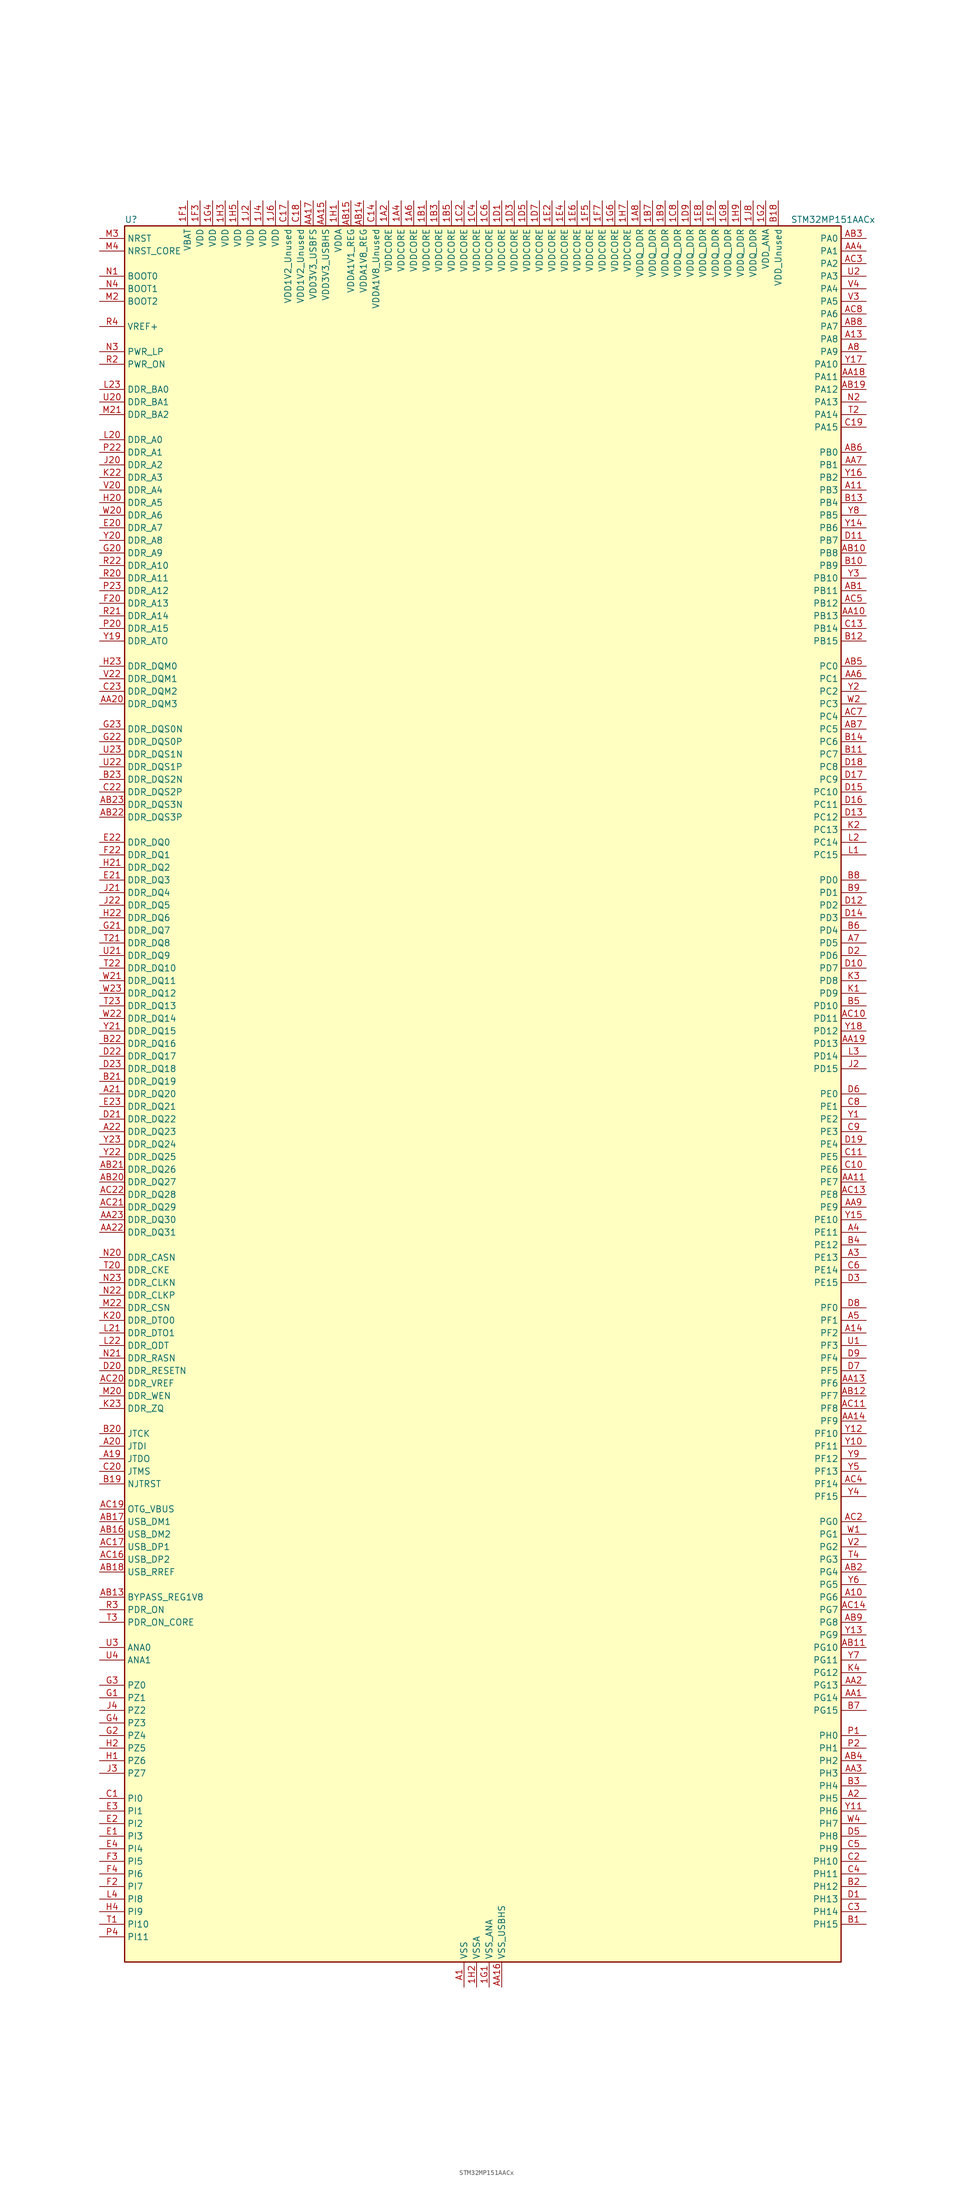
<source format=kicad_sym>
(kicad_symbol_lib
  (version 20241209)
  (generator "kicad_symbol_editor")
  (generator_version "9.0")
  (symbol "STM32MP151AACx"
    (property "Reference" "U"
      (at -71.12 176.53 0)
      (effects (font (size 1.27 1.27)) (justify left)))
    (property "Value" "STM32MP151AACx"
      (at 63.5 176.53 0)
      (effects (font (size 1.27 1.27)) (justify left)))
    (symbol "STM32MP151AACx_0_1"
      (rectangle (start -71.12 -175.26) (end 73.66 175.26) (stroke (width 0.254) (type default)) (fill (type background))))
    (symbol "STM32MP151AACx_1_1"
      (pin input line (at -76.2 172.72 0) (length 5.08) (name "NRST" (effects (font (size 1.27 1.27)))) (number "M3" (effects (font (size 1.27 1.27)))))
      (pin input line (at -76.2 170.18 0) (length 5.08) (name "NRST_CORE" (effects (font (size 1.27 1.27)))) (number "M4" (effects (font (size 1.27 1.27)))))
      (pin input line (at -76.2 165.1 0) (length 5.08) (name "BOOT0" (effects (font (size 1.27 1.27)))) (number "N1" (effects (font (size 1.27 1.27)))))
      (pin input line (at -76.2 162.56 0) (length 5.08) (name "BOOT1" (effects (font (size 1.27 1.27)))) (number "N4" (effects (font (size 1.27 1.27)))))
      (pin input line (at -76.2 160.02 0) (length 5.08) (name "BOOT2" (effects (font (size 1.27 1.27)))) (number "M2" (effects (font (size 1.27 1.27)))))
      (pin input line (at -76.2 154.94 0) (length 5.08) (name "VREF+" (effects (font (size 1.27 1.27)))) (number "R4" (effects (font (size 1.27 1.27)))))
      (pin output line (at -76.2 149.86 0) (length 5.08) (name "PWR_LP" (effects (font (size 1.27 1.27)))) (number "N3" (effects (font (size 1.27 1.27)))))
      (pin output line (at -76.2 147.32 0) (length 5.08) (name "PWR_ON" (effects (font (size 1.27 1.27)))) (number "R2" (effects (font (size 1.27 1.27)))))
      (pin bidirectional line (at -76.2 142.24 0) (length 5.08) (name "DDR_BA0" (effects (font (size 1.27 1.27)))) (number "L23" (effects (font (size 1.27 1.27)))) (alternate "DDR_BA0" bidirectional line))
      (pin bidirectional line (at -76.2 139.7 0) (length 5.08) (name "DDR_BA1" (effects (font (size 1.27 1.27)))) (number "U20" (effects (font (size 1.27 1.27)))) (alternate "DDR_BA1" bidirectional line))
      (pin bidirectional line (at -76.2 137.16 0) (length 5.08) (name "DDR_BA2" (effects (font (size 1.27 1.27)))) (number "M21" (effects (font (size 1.27 1.27)))) (alternate "DDR_BA2" bidirectional line))
      (pin bidirectional line (at -76.2 132.08 0) (length 5.08) (name "DDR_A0" (effects (font (size 1.27 1.27)))) (number "L20" (effects (font (size 1.27 1.27)))) (alternate "DDR_A0" bidirectional line))
      (pin bidirectional line (at -76.2 129.54 0) (length 5.08) (name "DDR_A1" (effects (font (size 1.27 1.27)))) (number "P22" (effects (font (size 1.27 1.27)))) (alternate "DDR_A1" bidirectional line))
      (pin bidirectional line (at -76.2 127 0) (length 5.08) (name "DDR_A2" (effects (font (size 1.27 1.27)))) (number "J20" (effects (font (size 1.27 1.27)))) (alternate "DDR_A2" bidirectional line))
      (pin bidirectional line (at -76.2 124.46 0) (length 5.08) (name "DDR_A3" (effects (font (size 1.27 1.27)))) (number "K22" (effects (font (size 1.27 1.27)))) (alternate "DDR_A3" bidirectional line))
      (pin bidirectional line (at -76.2 121.92 0) (length 5.08) (name "DDR_A4" (effects (font (size 1.27 1.27)))) (number "V20" (effects (font (size 1.27 1.27)))) (alternate "DDR_A4" bidirectional line))
      (pin bidirectional line (at -76.2 119.38 0) (length 5.08) (name "DDR_A5" (effects (font (size 1.27 1.27)))) (number "H20" (effects (font (size 1.27 1.27)))) (alternate "DDR_A5" bidirectional line))
      (pin bidirectional line (at -76.2 116.84 0) (length 5.08) (name "DDR_A6" (effects (font (size 1.27 1.27)))) (number "W20" (effects (font (size 1.27 1.27)))) (alternate "DDR_A6" bidirectional line))
      (pin bidirectional line (at -76.2 114.3 0) (length 5.08) (name "DDR_A7" (effects (font (size 1.27 1.27)))) (number "E20" (effects (font (size 1.27 1.27)))) (alternate "DDR_A7" bidirectional line))
      (pin bidirectional line (at -76.2 111.76 0) (length 5.08) (name "DDR_A8" (effects (font (size 1.27 1.27)))) (number "Y20" (effects (font (size 1.27 1.27)))) (alternate "DDR_A8" bidirectional line))
      (pin bidirectional line (at -76.2 109.22 0) (length 5.08) (name "DDR_A9" (effects (font (size 1.27 1.27)))) (number "G20" (effects (font (size 1.27 1.27)))) (alternate "DDR_A9" bidirectional line))
      (pin bidirectional line (at -76.2 106.68 0) (length 5.08) (name "DDR_A10" (effects (font (size 1.27 1.27)))) (number "R22" (effects (font (size 1.27 1.27)))) (alternate "DDR_A10" bidirectional line))
      (pin bidirectional line (at -76.2 104.14 0) (length 5.08) (name "DDR_A11" (effects (font (size 1.27 1.27)))) (number "R20" (effects (font (size 1.27 1.27)))) (alternate "DDR_A11" bidirectional line))
      (pin bidirectional line (at -76.2 101.6 0) (length 5.08) (name "DDR_A12" (effects (font (size 1.27 1.27)))) (number "P23" (effects (font (size 1.27 1.27)))) (alternate "DDR_A12" bidirectional line))
      (pin bidirectional line (at -76.2 99.06 0) (length 5.08) (name "DDR_A13" (effects (font (size 1.27 1.27)))) (number "F20" (effects (font (size 1.27 1.27)))) (alternate "DDR_A13" bidirectional line))
      (pin bidirectional line (at -76.2 96.52 0) (length 5.08) (name "DDR_A14" (effects (font (size 1.27 1.27)))) (number "R21" (effects (font (size 1.27 1.27)))) (alternate "DDR_A14" bidirectional line))
      (pin bidirectional line (at -76.2 93.98 0) (length 5.08) (name "DDR_A15" (effects (font (size 1.27 1.27)))) (number "P20" (effects (font (size 1.27 1.27)))) (alternate "DDR_A15" bidirectional line))
      (pin bidirectional line (at -76.2 91.44 0) (length 5.08) (name "DDR_ATO" (effects (font (size 1.27 1.27)))) (number "Y19" (effects (font (size 1.27 1.27)))) (alternate "DDR_ATO" bidirectional line))
      (pin bidirectional line (at -76.2 86.36 0) (length 5.08) (name "DDR_DQM0" (effects (font (size 1.27 1.27)))) (number "H23" (effects (font (size 1.27 1.27)))) (alternate "DDR_DQM0" bidirectional line))
      (pin bidirectional line (at -76.2 83.82 0) (length 5.08) (name "DDR_DQM1" (effects (font (size 1.27 1.27)))) (number "V22" (effects (font (size 1.27 1.27)))) (alternate "DDR_DQM1" bidirectional line))
      (pin bidirectional line (at -76.2 81.28 0) (length 5.08) (name "DDR_DQM2" (effects (font (size 1.27 1.27)))) (number "C23" (effects (font (size 1.27 1.27)))) (alternate "DDR_DQM2" bidirectional line))
      (pin bidirectional line (at -76.2 78.74 0) (length 5.08) (name "DDR_DQM3" (effects (font (size 1.27 1.27)))) (number "AA20" (effects (font (size 1.27 1.27)))) (alternate "DDR_DQM3" bidirectional line))
      (pin bidirectional line (at -76.2 73.66 0) (length 5.08) (name "DDR_DQS0N" (effects (font (size 1.27 1.27)))) (number "G23" (effects (font (size 1.27 1.27)))) (alternate "DDR_DQS0N" bidirectional line))
      (pin bidirectional line (at -76.2 71.12 0) (length 5.08) (name "DDR_DQS0P" (effects (font (size 1.27 1.27)))) (number "G22" (effects (font (size 1.27 1.27)))) (alternate "DDR_DQS0P" bidirectional line))
      (pin bidirectional line (at -76.2 68.58 0) (length 5.08) (name "DDR_DQS1N" (effects (font (size 1.27 1.27)))) (number "U23" (effects (font (size 1.27 1.27)))) (alternate "DDR_DQS1N" bidirectional line))
      (pin bidirectional line (at -76.2 66.04 0) (length 5.08) (name "DDR_DQS1P" (effects (font (size 1.27 1.27)))) (number "U22" (effects (font (size 1.27 1.27)))) (alternate "DDR_DQS1P" bidirectional line))
      (pin bidirectional line (at -76.2 63.5 0) (length 5.08) (name "DDR_DQS2N" (effects (font (size 1.27 1.27)))) (number "B23" (effects (font (size 1.27 1.27)))) (alternate "DDR_DQS2N" bidirectional line))
      (pin bidirectional line (at -76.2 60.96 0) (length 5.08) (name "DDR_DQS2P" (effects (font (size 1.27 1.27)))) (number "C22" (effects (font (size 1.27 1.27)))) (alternate "DDR_DQS2P" bidirectional line))
      (pin bidirectional line (at -76.2 58.42 0) (length 5.08) (name "DDR_DQS3N" (effects (font (size 1.27 1.27)))) (number "AB23" (effects (font (size 1.27 1.27)))) (alternate "DDR_DQS3N" bidirectional line))
      (pin bidirectional line (at -76.2 55.88 0) (length 5.08) (name "DDR_DQS3P" (effects (font (size 1.27 1.27)))) (number "AB22" (effects (font (size 1.27 1.27)))) (alternate "DDR_DQS3P" bidirectional line))
      (pin bidirectional line (at -76.2 50.8 0) (length 5.08) (name "DDR_DQ0" (effects (font (size 1.27 1.27)))) (number "E22" (effects (font (size 1.27 1.27)))) (alternate "DDR_DQ0" bidirectional line))
      (pin bidirectional line (at -76.2 48.26 0) (length 5.08) (name "DDR_DQ1" (effects (font (size 1.27 1.27)))) (number "F22" (effects (font (size 1.27 1.27)))) (alternate "DDR_DQ1" bidirectional line))
      (pin bidirectional line (at -76.2 45.72 0) (length 5.08) (name "DDR_DQ2" (effects (font (size 1.27 1.27)))) (number "H21" (effects (font (size 1.27 1.27)))) (alternate "DDR_DQ2" bidirectional line))
      (pin bidirectional line (at -76.2 43.18 0) (length 5.08) (name "DDR_DQ3" (effects (font (size 1.27 1.27)))) (number "E21" (effects (font (size 1.27 1.27)))) (alternate "DDR_DQ3" bidirectional line))
      (pin bidirectional line (at -76.2 40.64 0) (length 5.08) (name "DDR_DQ4" (effects (font (size 1.27 1.27)))) (number "J21" (effects (font (size 1.27 1.27)))) (alternate "DDR_DQ4" bidirectional line))
      (pin bidirectional line (at -76.2 38.1 0) (length 5.08) (name "DDR_DQ5" (effects (font (size 1.27 1.27)))) (number "J22" (effects (font (size 1.27 1.27)))) (alternate "DDR_DQ5" bidirectional line))
      (pin bidirectional line (at -76.2 35.56 0) (length 5.08) (name "DDR_DQ6" (effects (font (size 1.27 1.27)))) (number "H22" (effects (font (size 1.27 1.27)))) (alternate "DDR_DQ6" bidirectional line))
      (pin bidirectional line (at -76.2 33.02 0) (length 5.08) (name "DDR_DQ7" (effects (font (size 1.27 1.27)))) (number "G21" (effects (font (size 1.27 1.27)))) (alternate "DDR_DQ7" bidirectional line))
      (pin bidirectional line (at -76.2 30.48 0) (length 5.08) (name "DDR_DQ8" (effects (font (size 1.27 1.27)))) (number "T21" (effects (font (size 1.27 1.27)))) (alternate "DDR_DQ8" bidirectional line))
      (pin bidirectional line (at -76.2 27.94 0) (length 5.08) (name "DDR_DQ9" (effects (font (size 1.27 1.27)))) (number "U21" (effects (font (size 1.27 1.27)))) (alternate "DDR_DQ9" bidirectional line))
      (pin bidirectional line (at -76.2 25.4 0) (length 5.08) (name "DDR_DQ10" (effects (font (size 1.27 1.27)))) (number "T22" (effects (font (size 1.27 1.27)))) (alternate "DDR_DQ10" bidirectional line))
      (pin bidirectional line (at -76.2 22.86 0) (length 5.08) (name "DDR_DQ11" (effects (font (size 1.27 1.27)))) (number "W21" (effects (font (size 1.27 1.27)))) (alternate "DDR_DQ11" bidirectional line))
      (pin bidirectional line (at -76.2 20.32 0) (length 5.08) (name "DDR_DQ12" (effects (font (size 1.27 1.27)))) (number "W23" (effects (font (size 1.27 1.27)))) (alternate "DDR_DQ12" bidirectional line))
      (pin bidirectional line (at -76.2 17.78 0) (length 5.08) (name "DDR_DQ13" (effects (font (size 1.27 1.27)))) (number "T23" (effects (font (size 1.27 1.27)))) (alternate "DDR_DQ13" bidirectional line))
      (pin bidirectional line (at -76.2 15.24 0) (length 5.08) (name "DDR_DQ14" (effects (font (size 1.27 1.27)))) (number "W22" (effects (font (size 1.27 1.27)))) (alternate "DDR_DQ14" bidirectional line))
      (pin bidirectional line (at -76.2 12.7 0) (length 5.08) (name "DDR_DQ15" (effects (font (size 1.27 1.27)))) (number "Y21" (effects (font (size 1.27 1.27)))) (alternate "DDR_DQ15" bidirectional line))
      (pin bidirectional line (at -76.2 10.16 0) (length 5.08) (name "DDR_DQ16" (effects (font (size 1.27 1.27)))) (number "B22" (effects (font (size 1.27 1.27)))) (alternate "DDR_DQ16" bidirectional line))
      (pin bidirectional line (at -76.2 7.62 0) (length 5.08) (name "DDR_DQ17" (effects (font (size 1.27 1.27)))) (number "D22" (effects (font (size 1.27 1.27)))) (alternate "DDR_DQ17" bidirectional line))
      (pin bidirectional line (at -76.2 5.08 0) (length 5.08) (name "DDR_DQ18" (effects (font (size 1.27 1.27)))) (number "D23" (effects (font (size 1.27 1.27)))) (alternate "DDR_DQ18" bidirectional line))
      (pin bidirectional line (at -76.2 2.54 0) (length 5.08) (name "DDR_DQ19" (effects (font (size 1.27 1.27)))) (number "B21" (effects (font (size 1.27 1.27)))) (alternate "DDR_DQ19" bidirectional line))
      (pin bidirectional line (at -76.2 0 0) (length 5.08) (name "DDR_DQ20" (effects (font (size 1.27 1.27)))) (number "A21" (effects (font (size 1.27 1.27)))) (alternate "DDR_DQ20" bidirectional line))
      (pin bidirectional line (at -76.2 -2.54 0) (length 5.08) (name "DDR_DQ21" (effects (font (size 1.27 1.27)))) (number "E23" (effects (font (size 1.27 1.27)))) (alternate "DDR_DQ21" bidirectional line))
      (pin bidirectional line (at -76.2 -5.08 0) (length 5.08) (name "DDR_DQ22" (effects (font (size 1.27 1.27)))) (number "D21" (effects (font (size 1.27 1.27)))) (alternate "DDR_DQ22" bidirectional line))
      (pin bidirectional line (at -76.2 -7.62 0) (length 5.08) (name "DDR_DQ23" (effects (font (size 1.27 1.27)))) (number "A22" (effects (font (size 1.27 1.27)))) (alternate "DDR_DQ23" bidirectional line))
      (pin bidirectional line (at -76.2 -10.16 0) (length 5.08) (name "DDR_DQ24" (effects (font (size 1.27 1.27)))) (number "Y23" (effects (font (size 1.27 1.27)))) (alternate "DDR_DQ24" bidirectional line))
      (pin bidirectional line (at -76.2 -12.7 0) (length 5.08) (name "DDR_DQ25" (effects (font (size 1.27 1.27)))) (number "Y22" (effects (font (size 1.27 1.27)))) (alternate "DDR_DQ25" bidirectional line))
      (pin bidirectional line (at -76.2 -15.24 0) (length 5.08) (name "DDR_DQ26" (effects (font (size 1.27 1.27)))) (number "AB21" (effects (font (size 1.27 1.27)))) (alternate "DDR_DQ26" bidirectional line))
      (pin bidirectional line (at -76.2 -17.78 0) (length 5.08) (name "DDR_DQ27" (effects (font (size 1.27 1.27)))) (number "AB20" (effects (font (size 1.27 1.27)))) (alternate "DDR_DQ27" bidirectional line))
      (pin bidirectional line (at -76.2 -20.32 0) (length 5.08) (name "DDR_DQ28" (effects (font (size 1.27 1.27)))) (number "AC22" (effects (font (size 1.27 1.27)))) (alternate "DDR_DQ28" bidirectional line))
      (pin bidirectional line (at -76.2 -22.86 0) (length 5.08) (name "DDR_DQ29" (effects (font (size 1.27 1.27)))) (number "AC21" (effects (font (size 1.27 1.27)))) (alternate "DDR_DQ29" bidirectional line))
      (pin bidirectional line (at -76.2 -25.4 0) (length 5.08) (name "DDR_DQ30" (effects (font (size 1.27 1.27)))) (number "AA23" (effects (font (size 1.27 1.27)))) (alternate "DDR_DQ30" bidirectional line))
      (pin bidirectional line (at -76.2 -27.94 0) (length 5.08) (name "DDR_DQ31" (effects (font (size 1.27 1.27)))) (number "AA22" (effects (font (size 1.27 1.27)))) (alternate "DDR_DQ31" bidirectional line))
      (pin bidirectional line (at -76.2 -33.02 0) (length 5.08) (name "DDR_CASN" (effects (font (size 1.27 1.27)))) (number "N20" (effects (font (size 1.27 1.27)))) (alternate "DDR_CASN" bidirectional line))
      (pin bidirectional line (at -76.2 -35.56 0) (length 5.08) (name "DDR_CKE" (effects (font (size 1.27 1.27)))) (number "T20" (effects (font (size 1.27 1.27)))) (alternate "DDR_CKE" bidirectional line))
      (pin bidirectional line (at -76.2 -38.1 0) (length 5.08) (name "DDR_CLKN" (effects (font (size 1.27 1.27)))) (number "N23" (effects (font (size 1.27 1.27)))) (alternate "DDR_CLKN" bidirectional line))
      (pin bidirectional line (at -76.2 -40.64 0) (length 5.08) (name "DDR_CLKP" (effects (font (size 1.27 1.27)))) (number "N22" (effects (font (size 1.27 1.27)))) (alternate "DDR_CLKP" bidirectional line))
      (pin bidirectional line (at -76.2 -43.18 0) (length 5.08) (name "DDR_CSN" (effects (font (size 1.27 1.27)))) (number "M22" (effects (font (size 1.27 1.27)))) (alternate "DDR_CSN" bidirectional line))
      (pin bidirectional line (at -76.2 -45.72 0) (length 5.08) (name "DDR_DTO0" (effects (font (size 1.27 1.27)))) (number "K20" (effects (font (size 1.27 1.27)))) (alternate "DDR_DTO0" bidirectional line))
      (pin bidirectional line (at -76.2 -48.26 0) (length 5.08) (name "DDR_DTO1" (effects (font (size 1.27 1.27)))) (number "L21" (effects (font (size 1.27 1.27)))) (alternate "DDR_DTO1" bidirectional line))
      (pin bidirectional line (at -76.2 -50.8 0) (length 5.08) (name "DDR_ODT" (effects (font (size 1.27 1.27)))) (number "L22" (effects (font (size 1.27 1.27)))) (alternate "DDR_ODT" bidirectional line))
      (pin bidirectional line (at -76.2 -53.34 0) (length 5.08) (name "DDR_RASN" (effects (font (size 1.27 1.27)))) (number "N21" (effects (font (size 1.27 1.27)))) (alternate "DDR_RASN" bidirectional line))
      (pin bidirectional line (at -76.2 -55.88 0) (length 5.08) (name "DDR_RESETN" (effects (font (size 1.27 1.27)))) (number "D20" (effects (font (size 1.27 1.27)))) (alternate "DDR_RESETN" bidirectional line))
      (pin bidirectional line (at -76.2 -58.42 0) (length 5.08) (name "DDR_VREF" (effects (font (size 1.27 1.27)))) (number "AC20" (effects (font (size 1.27 1.27)))) (alternate "DDR_VREF" bidirectional line))
      (pin bidirectional line (at -76.2 -60.96 0) (length 5.08) (name "DDR_WEN" (effects (font (size 1.27 1.27)))) (number "M20" (effects (font (size 1.27 1.27)))) (alternate "DDR_WEN" bidirectional line))
      (pin bidirectional line (at -76.2 -63.5 0) (length 5.08) (name "DDR_ZQ" (effects (font (size 1.27 1.27)))) (number "K23" (effects (font (size 1.27 1.27)))) (alternate "DDR_ZQ" bidirectional line))
      (pin bidirectional line (at -76.2 -68.58 0) (length 5.08) (name "JTCK" (effects (font (size 1.27 1.27)))) (number "B20" (effects (font (size 1.27 1.27)))) (alternate "DEBUG_JTCK-SWCLK" bidirectional line))
      (pin bidirectional line (at -76.2 -71.12 0) (length 5.08) (name "JTDI" (effects (font (size 1.27 1.27)))) (number "A20" (effects (font (size 1.27 1.27)))) (alternate "DEBUG_JTDI" bidirectional line))
      (pin bidirectional line (at -76.2 -73.66 0) (length 5.08) (name "JTDO" (effects (font (size 1.27 1.27)))) (number "A19" (effects (font (size 1.27 1.27)))) (alternate "DEBUG_JTDO-SWO" bidirectional line))
      (pin bidirectional line (at -76.2 -76.2 0) (length 5.08) (name "JTMS" (effects (font (size 1.27 1.27)))) (number "C20" (effects (font (size 1.27 1.27)))) (alternate "DEBUG_JTMS-SWDIO" bidirectional line))
      (pin bidirectional line (at -76.2 -78.74 0) (length 5.08) (name "NJTRST" (effects (font (size 1.27 1.27)))) (number "B19" (effects (font (size 1.27 1.27)))) (alternate "DEBUG_JTRST" bidirectional line))
      (pin bidirectional line (at -76.2 -83.82 0) (length 5.08) (name "OTG_VBUS" (effects (font (size 1.27 1.27)))) (number "AC19" (effects (font (size 1.27 1.27)))) (alternate "USB_OTG_HS_VBUS" bidirectional line))
      (pin bidirectional line (at -76.2 -86.36 0) (length 5.08) (name "USB_DM1" (effects (font (size 1.27 1.27)))) (number "AB17" (effects (font (size 1.27 1.27)))) (alternate "USBH_HS1_DM" bidirectional line))
      (pin bidirectional line (at -76.2 -88.9 0) (length 5.08) (name "USB_DM2" (effects (font (size 1.27 1.27)))) (number "AB16" (effects (font (size 1.27 1.27)))) (alternate "USBH_HS2_DM" bidirectional line) (alternate "USB_OTG_HS_DM" bidirectional line))
      (pin bidirectional line (at -76.2 -91.44 0) (length 5.08) (name "USB_DP1" (effects (font (size 1.27 1.27)))) (number "AC17" (effects (font (size 1.27 1.27)))) (alternate "USBH_HS1_DP" bidirectional line))
      (pin bidirectional line (at -76.2 -93.98 0) (length 5.08) (name "USB_DP2" (effects (font (size 1.27 1.27)))) (number "AC16" (effects (font (size 1.27 1.27)))) (alternate "USBH_HS2_DP" bidirectional line) (alternate "USB_OTG_HS_DP" bidirectional line))
      (pin bidirectional line (at -76.2 -96.52 0) (length 5.08) (name "USB_RREF" (effects (font (size 1.27 1.27)))) (number "AB18" (effects (font (size 1.27 1.27)))))
      (pin bidirectional line (at -76.2 -101.6 0) (length 5.08) (name "BYPASS_REG1V8" (effects (font (size 1.27 1.27)))) (number "AB13" (effects (font (size 1.27 1.27)))))
      (pin bidirectional line (at -76.2 -104.14 0) (length 5.08) (name "PDR_ON" (effects (font (size 1.27 1.27)))) (number "R3" (effects (font (size 1.27 1.27)))))
      (pin bidirectional line (at -76.2 -106.68 0) (length 5.08) (name "PDR_ON_CORE" (effects (font (size 1.27 1.27)))) (number "T3" (effects (font (size 1.27 1.27)))))
      (pin bidirectional line (at -76.2 -111.76 0) (length 5.08) (name "ANA0" (effects (font (size 1.27 1.27)))) (number "U3" (effects (font (size 1.27 1.27)))) (alternate "ADC1_INN1" bidirectional line) (alternate "ADC1_INP0" bidirectional line) (alternate "ADC2_INN1" bidirectional line) (alternate "ADC2_INP0" bidirectional line))
      (pin bidirectional line (at -76.2 -114.3 0) (length 5.08) (name "ANA1" (effects (font (size 1.27 1.27)))) (number "U4" (effects (font (size 1.27 1.27)))) (alternate "ADC1_INP1" bidirectional line) (alternate "ADC2_INP1" bidirectional line))
      (pin bidirectional line (at -76.2 -119.38 0) (length 5.08) (name "PZ0" (effects (font (size 1.27 1.27)))) (number "G3" (effects (font (size 1.27 1.27)))) (alternate "I2C2_SCL" bidirectional line) (alternate "I2C6_SCL" bidirectional line) (alternate "I2S1_CK" bidirectional line) (alternate "SPI1_SCK" bidirectional line) (alternate "SPI6_SCK" bidirectional line) (alternate "USART1_CK" bidirectional line))
      (pin bidirectional line (at -76.2 -121.92 0) (length 5.08) (name "PZ1" (effects (font (size 1.27 1.27)))) (number "G1" (effects (font (size 1.27 1.27)))) (alternate "I2C2_SDA" bidirectional line) (alternate "I2C4_SDA" bidirectional line) (alternate "I2C5_SDA" bidirectional line) (alternate "I2C6_SDA" bidirectional line) (alternate "I2S1_SDI" bidirectional line) (alternate "SPI1_MISO" bidirectional line) (alternate "SPI6_MISO" bidirectional line) (alternate "USART1_RX" bidirectional line))
      (pin bidirectional line (at -76.2 -124.46 0) (length 5.08) (name "PZ2" (effects (font (size 1.27 1.27)))) (number "J4" (effects (font (size 1.27 1.27)))) (alternate "I2C2_SCL" bidirectional line) (alternate "I2C4_SMBA" bidirectional line) (alternate "I2C5_SMBA" bidirectional line) (alternate "I2C6_SCL" bidirectional line) (alternate "I2S1_SDO" bidirectional line) (alternate "SPI1_MOSI" bidirectional line) (alternate "SPI6_MOSI" bidirectional line) (alternate "USART1_TX" bidirectional line))
      (pin bidirectional line (at -76.2 -127 0) (length 5.08) (name "PZ3" (effects (font (size 1.27 1.27)))) (number "G4" (effects (font (size 1.27 1.27)))) (alternate "I2C2_SDA" bidirectional line) (alternate "I2C4_SDA" bidirectional line) (alternate "I2C5_SDA" bidirectional line) (alternate "I2C6_SDA" bidirectional line) (alternate "I2S1_WS" bidirectional line) (alternate "SPI1_NSS" bidirectional line) (alternate "SPI6_NSS" bidirectional line) (alternate "USART1_CTS" bidirectional line) (alternate "USART1_NSS" bidirectional line))
      (pin bidirectional line (at -76.2 -129.54 0) (length 5.08) (name "PZ4" (effects (font (size 1.27 1.27)))) (number "G2" (effects (font (size 1.27 1.27)))) (alternate "I2C2_SCL" bidirectional line) (alternate "I2C4_SCL" bidirectional line) (alternate "I2C5_SCL" bidirectional line) (alternate "I2C6_SCL" bidirectional line))
      (pin bidirectional line (at -76.2 -132.08 0) (length 5.08) (name "PZ5" (effects (font (size 1.27 1.27)))) (number "H2" (effects (font (size 1.27 1.27)))) (alternate "I2C2_SDA" bidirectional line) (alternate "I2C4_SDA" bidirectional line) (alternate "I2C5_SDA" bidirectional line) (alternate "I2C6_SDA" bidirectional line) (alternate "USART1_DE" bidirectional line) (alternate "USART1_RTS" bidirectional line))
      (pin bidirectional line (at -76.2 -134.62 0) (length 5.08) (name "PZ6" (effects (font (size 1.27 1.27)))) (number "H1" (effects (font (size 1.27 1.27)))) (alternate "I2C2_SCL" bidirectional line) (alternate "I2C4_SMBA" bidirectional line) (alternate "I2C6_SCL" bidirectional line) (alternate "I2S1_MCK" bidirectional line) (alternate "USART1_CK" bidirectional line) (alternate "USART1_RX" bidirectional line))
      (pin bidirectional line (at -76.2 -137.16 0) (length 5.08) (name "PZ7" (effects (font (size 1.27 1.27)))) (number "J3" (effects (font (size 1.27 1.27)))) (alternate "I2C2_SDA" bidirectional line) (alternate "I2C6_SDA" bidirectional line) (alternate "USART1_TX" bidirectional line))
      (pin bidirectional line (at -76.2 -142.24 0) (length 5.08) (name "PI0" (effects (font (size 1.27 1.27)))) (number "C1" (effects (font (size 1.27 1.27)))) (alternate "DCMI_D13" bidirectional line) (alternate "I2S2_WS" bidirectional line) (alternate "LTDC_G5" bidirectional line) (alternate "SPI2_NSS" bidirectional line) (alternate "TIM5_CH4" bidirectional line))
      (pin bidirectional line (at -76.2 -144.78 0) (length 5.08) (name "PI1" (effects (font (size 1.27 1.27)))) (number "E3" (effects (font (size 1.27 1.27)))) (alternate "DCMI_D8" bidirectional line) (alternate "I2S2_CK" bidirectional line) (alternate "LTDC_G6" bidirectional line) (alternate "SPI2_SCK" bidirectional line) (alternate "TIM8_BKIN2" bidirectional line))
      (pin bidirectional line (at -76.2 -147.32 0) (length 5.08) (name "PI2" (effects (font (size 1.27 1.27)))) (number "E2" (effects (font (size 1.27 1.27)))) (alternate "DCMI_D9" bidirectional line) (alternate "I2S2_SDI" bidirectional line) (alternate "LTDC_G7" bidirectional line) (alternate "SPI2_MISO" bidirectional line) (alternate "TIM8_CH4" bidirectional line))
      (pin bidirectional line (at -76.2 -149.86 0) (length 5.08) (name "PI3" (effects (font (size 1.27 1.27)))) (number "E1" (effects (font (size 1.27 1.27)))) (alternate "DCMI_D10" bidirectional line) (alternate "I2S2_SDO" bidirectional line) (alternate "SPI2_MOSI" bidirectional line) (alternate "TIM8_ETR" bidirectional line))
      (pin bidirectional line (at -76.2 -152.4 0) (length 5.08) (name "PI4" (effects (font (size 1.27 1.27)))) (number "E4" (effects (font (size 1.27 1.27)))) (alternate "DCMI_D5" bidirectional line) (alternate "LTDC_B4" bidirectional line) (alternate "SAI2_MCLK_A" bidirectional line) (alternate "TIM8_BKIN" bidirectional line))
      (pin bidirectional line (at -76.2 -154.94 0) (length 5.08) (name "PI5" (effects (font (size 1.27 1.27)))) (number "F3" (effects (font (size 1.27 1.27)))) (alternate "DCMI_VSYNC" bidirectional line) (alternate "LTDC_B5" bidirectional line) (alternate "SAI2_SCK_A" bidirectional line) (alternate "TIM8_CH1" bidirectional line))
      (pin bidirectional line (at -76.2 -157.48 0) (length 5.08) (name "PI6" (effects (font (size 1.27 1.27)))) (number "F4" (effects (font (size 1.27 1.27)))) (alternate "DCMI_D6" bidirectional line) (alternate "LTDC_B6" bidirectional line) (alternate "SAI2_SD_A" bidirectional line) (alternate "TIM8_CH2" bidirectional line))
      (pin bidirectional line (at -76.2 -160.02 0) (length 5.08) (name "PI7" (effects (font (size 1.27 1.27)))) (number "F2" (effects (font (size 1.27 1.27)))) (alternate "DCMI_D7" bidirectional line) (alternate "LTDC_B7" bidirectional line) (alternate "SAI2_FS_A" bidirectional line) (alternate "TIM8_CH3" bidirectional line))
      (pin bidirectional line (at -76.2 -162.56 0) (length 5.08) (name "PI8" (effects (font (size 1.27 1.27)))) (number "L4" (effects (font (size 1.27 1.27)))) (alternate "PWR_WKUP4" bidirectional line) (alternate "RTC_LSCO" bidirectional line) (alternate "TAMP_IN2" bidirectional line) (alternate "TAMP_OUT3" bidirectional line))
      (pin bidirectional line (at -76.2 -165.1 0) (length 5.08) (name "PI9" (effects (font (size 1.27 1.27)))) (number "H4" (effects (font (size 1.27 1.27)))) (alternate "DAC1_EXTI9" bidirectional line) (alternate "HDP_HDP1" bidirectional line) (alternate "LTDC_VSYNC" bidirectional line) (alternate "UART4_RX" bidirectional line))
      (pin bidirectional line (at -76.2 -167.64 0) (length 5.08) (name "PI10" (effects (font (size 1.27 1.27)))) (number "T1" (effects (font (size 1.27 1.27)))) (alternate "ETH1_RX_ER" bidirectional line) (alternate "HDP_HDP0" bidirectional line) (alternate "LTDC_HSYNC" bidirectional line) (alternate "USART3_CTS" bidirectional line) (alternate "USART3_NSS" bidirectional line))
      (pin bidirectional line (at -76.2 -170.18 0) (length 5.08) (name "PI11" (effects (font (size 1.27 1.27)))) (number "P4" (effects (font (size 1.27 1.27)))) (alternate "ADC1_EXTI11" bidirectional line) (alternate "ADC2_EXTI11" bidirectional line) (alternate "I2S_CKIN" bidirectional line) (alternate "LTDC_G6" bidirectional line) (alternate "PWR_WKUP5" bidirectional line) (alternate "RCC_MCO_1" bidirectional line))
      (pin no_connect line (at -71.12 -162.56 0) (length 5.08) (hide yes) (name "DNU" (effects (font (size 1.27 1.27)))) (number "C15" (effects (font (size 1.27 1.27)))))
      (pin no_connect line (at -71.12 -165.1 0) (length 5.08) (hide yes) (name "DNU" (effects (font (size 1.27 1.27)))) (number "B17" (effects (font (size 1.27 1.27)))))
      (pin no_connect line (at -71.12 -167.64 0) (length 5.08) (hide yes) (name "DNU" (effects (font (size 1.27 1.27)))) (number "B16" (effects (font (size 1.27 1.27)))))
      (pin no_connect line (at -71.12 -170.18 0) (length 5.08) (hide yes) (name "DNU" (effects (font (size 1.27 1.27)))) (number "B15" (effects (font (size 1.27 1.27)))))
      (pin no_connect line (at -71.12 -172.72 0) (length 5.08) (hide yes) (name "DNU" (effects (font (size 1.27 1.27)))) (number "A17" (effects (font (size 1.27 1.27)))))
      (pin no_connect line (at -71.12 -175.26 0) (length 5.08) (hide yes) (name "DNU" (effects (font (size 1.27 1.27)))) (number "A16" (effects (font (size 1.27 1.27)))))
      (pin power_in line (at -58.42 180.34 270) (length 5.08) (name "VBAT" (effects (font (size 1.27 1.27)))) (number "1F1" (effects (font (size 1.27 1.27)))))
      (pin power_in line (at -55.88 180.34 270) (length 5.08) (name "VDD" (effects (font (size 1.27 1.27)))) (number "1F3" (effects (font (size 1.27 1.27)))))
      (pin power_in line (at -53.34 180.34 270) (length 5.08) (name "VDD" (effects (font (size 1.27 1.27)))) (number "1G4" (effects (font (size 1.27 1.27)))))
      (pin power_in line (at -50.8 180.34 270) (length 5.08) (name "VDD" (effects (font (size 1.27 1.27)))) (number "1H3" (effects (font (size 1.27 1.27)))))
      (pin power_in line (at -48.26 180.34 270) (length 5.08) (name "VDD" (effects (font (size 1.27 1.27)))) (number "1H5" (effects (font (size 1.27 1.27)))))
      (pin power_in line (at -45.72 180.34 270) (length 5.08) (name "VDD" (effects (font (size 1.27 1.27)))) (number "1J2" (effects (font (size 1.27 1.27)))))
      (pin power_in line (at -43.18 180.34 270) (length 5.08) (name "VDD" (effects (font (size 1.27 1.27)))) (number "1J4" (effects (font (size 1.27 1.27)))))
      (pin power_in line (at -40.64 180.34 270) (length 5.08) (name "VDD" (effects (font (size 1.27 1.27)))) (number "1J6" (effects (font (size 1.27 1.27)))))
      (pin power_in line (at -38.1 180.34 270) (length 5.08) (name "VDD1V2_Unused" (effects (font (size 1.27 1.27)))) (number "C17" (effects (font (size 1.27 1.27)))))
      (pin power_in line (at -35.56 180.34 270) (length 5.08) (name "VDD1V2_Unused" (effects (font (size 1.27 1.27)))) (number "C18" (effects (font (size 1.27 1.27)))))
      (pin power_in line (at -33.02 180.34 270) (length 5.08) (name "VDD3V3_USBFS" (effects (font (size 1.27 1.27)))) (number "AA17" (effects (font (size 1.27 1.27)))))
      (pin power_in line (at -30.48 180.34 270) (length 5.08) (name "VDD3V3_USBHS" (effects (font (size 1.27 1.27)))) (number "AA15" (effects (font (size 1.27 1.27)))))
      (pin power_in line (at -27.94 180.34 270) (length 5.08) (name "VDDA" (effects (font (size 1.27 1.27)))) (number "1H1" (effects (font (size 1.27 1.27)))))
      (pin power_in line (at -25.4 180.34 270) (length 5.08) (name "VDDA1V1_REG" (effects (font (size 1.27 1.27)))) (number "AB15" (effects (font (size 1.27 1.27)))))
      (pin power_in line (at -22.86 180.34 270) (length 5.08) (name "VDDA1V8_REG" (effects (font (size 1.27 1.27)))) (number "AB14" (effects (font (size 1.27 1.27)))))
      (pin power_in line (at -20.32 180.34 270) (length 5.08) (name "VDDA1V8_Unused" (effects (font (size 1.27 1.27)))) (number "C14" (effects (font (size 1.27 1.27)))))
      (pin power_in line (at -17.78 180.34 270) (length 5.08) (name "VDDCORE" (effects (font (size 1.27 1.27)))) (number "1A2" (effects (font (size 1.27 1.27)))))
      (pin power_in line (at -15.24 180.34 270) (length 5.08) (name "VDDCORE" (effects (font (size 1.27 1.27)))) (number "1A4" (effects (font (size 1.27 1.27)))))
      (pin power_in line (at -12.7 180.34 270) (length 5.08) (name "VDDCORE" (effects (font (size 1.27 1.27)))) (number "1A6" (effects (font (size 1.27 1.27)))))
      (pin power_in line (at -10.16 180.34 270) (length 5.08) (name "VDDCORE" (effects (font (size 1.27 1.27)))) (number "1B1" (effects (font (size 1.27 1.27)))))
      (pin power_in line (at -7.62 180.34 270) (length 5.08) (name "VDDCORE" (effects (font (size 1.27 1.27)))) (number "1B3" (effects (font (size 1.27 1.27)))))
      (pin power_in line (at -5.08 180.34 270) (length 5.08) (name "VDDCORE" (effects (font (size 1.27 1.27)))) (number "1B5" (effects (font (size 1.27 1.27)))))
      (pin power_in line (at -2.54 180.34 270) (length 5.08) (name "VDDCORE" (effects (font (size 1.27 1.27)))) (number "1C2" (effects (font (size 1.27 1.27)))))
      (pin passive line (at -2.54 -180.34 90) (length 5.08) (hide yes) (name "VSS" (effects (font (size 1.27 1.27)))) (number "1A3" (effects (font (size 1.27 1.27)))))
      (pin passive line (at -2.54 -180.34 90) (length 5.08) (hide yes) (name "VSS" (effects (font (size 1.27 1.27)))) (number "1A5" (effects (font (size 1.27 1.27)))))
      (pin passive line (at -2.54 -180.34 90) (length 5.08) (hide yes) (name "VSS" (effects (font (size 1.27 1.27)))) (number "1A7" (effects (font (size 1.27 1.27)))))
      (pin passive line (at -2.54 -180.34 90) (length 5.08) (hide yes) (name "VSS" (effects (font (size 1.27 1.27)))) (number "1B2" (effects (font (size 1.27 1.27)))))
      (pin passive line (at -2.54 -180.34 90) (length 5.08) (hide yes) (name "VSS" (effects (font (size 1.27 1.27)))) (number "1B4" (effects (font (size 1.27 1.27)))))
      (pin passive line (at -2.54 -180.34 90) (length 5.08) (hide yes) (name "VSS" (effects (font (size 1.27 1.27)))) (number "1B6" (effects (font (size 1.27 1.27)))))
      (pin passive line (at -2.54 -180.34 90) (length 5.08) (hide yes) (name "VSS" (effects (font (size 1.27 1.27)))) (number "1B8" (effects (font (size 1.27 1.27)))))
      (pin passive line (at -2.54 -180.34 90) (length 5.08) (hide yes) (name "VSS" (effects (font (size 1.27 1.27)))) (number "1C1" (effects (font (size 1.27 1.27)))))
      (pin passive line (at -2.54 -180.34 90) (length 5.08) (hide yes) (name "VSS" (effects (font (size 1.27 1.27)))) (number "1C3" (effects (font (size 1.27 1.27)))))
      (pin passive line (at -2.54 -180.34 90) (length 5.08) (hide yes) (name "VSS" (effects (font (size 1.27 1.27)))) (number "1C5" (effects (font (size 1.27 1.27)))))
      (pin passive line (at -2.54 -180.34 90) (length 5.08) (hide yes) (name "VSS" (effects (font (size 1.27 1.27)))) (number "1C7" (effects (font (size 1.27 1.27)))))
      (pin passive line (at -2.54 -180.34 90) (length 5.08) (hide yes) (name "VSS" (effects (font (size 1.27 1.27)))) (number "1C9" (effects (font (size 1.27 1.27)))))
      (pin passive line (at -2.54 -180.34 90) (length 5.08) (hide yes) (name "VSS" (effects (font (size 1.27 1.27)))) (number "1D2" (effects (font (size 1.27 1.27)))))
      (pin passive line (at -2.54 -180.34 90) (length 5.08) (hide yes) (name "VSS" (effects (font (size 1.27 1.27)))) (number "1D4" (effects (font (size 1.27 1.27)))))
      (pin passive line (at -2.54 -180.34 90) (length 5.08) (hide yes) (name "VSS" (effects (font (size 1.27 1.27)))) (number "1D6" (effects (font (size 1.27 1.27)))))
      (pin passive line (at -2.54 -180.34 90) (length 5.08) (hide yes) (name "VSS" (effects (font (size 1.27 1.27)))) (number "1D8" (effects (font (size 1.27 1.27)))))
      (pin passive line (at -2.54 -180.34 90) (length 5.08) (hide yes) (name "VSS" (effects (font (size 1.27 1.27)))) (number "1E1" (effects (font (size 1.27 1.27)))))
      (pin passive line (at -2.54 -180.34 90) (length 5.08) (hide yes) (name "VSS" (effects (font (size 1.27 1.27)))) (number "1E3" (effects (font (size 1.27 1.27)))))
      (pin passive line (at -2.54 -180.34 90) (length 5.08) (hide yes) (name "VSS" (effects (font (size 1.27 1.27)))) (number "1E5" (effects (font (size 1.27 1.27)))))
      (pin passive line (at -2.54 -180.34 90) (length 5.08) (hide yes) (name "VSS" (effects (font (size 1.27 1.27)))) (number "1E7" (effects (font (size 1.27 1.27)))))
      (pin passive line (at -2.54 -180.34 90) (length 5.08) (hide yes) (name "VSS" (effects (font (size 1.27 1.27)))) (number "1E9" (effects (font (size 1.27 1.27)))))
      (pin passive line (at -2.54 -180.34 90) (length 5.08) (hide yes) (name "VSS" (effects (font (size 1.27 1.27)))) (number "1F2" (effects (font (size 1.27 1.27)))))
      (pin passive line (at -2.54 -180.34 90) (length 5.08) (hide yes) (name "VSS" (effects (font (size 1.27 1.27)))) (number "1F4" (effects (font (size 1.27 1.27)))))
      (pin passive line (at -2.54 -180.34 90) (length 5.08) (hide yes) (name "VSS" (effects (font (size 1.27 1.27)))) (number "1F6" (effects (font (size 1.27 1.27)))))
      (pin passive line (at -2.54 -180.34 90) (length 5.08) (hide yes) (name "VSS" (effects (font (size 1.27 1.27)))) (number "1F8" (effects (font (size 1.27 1.27)))))
      (pin passive line (at -2.54 -180.34 90) (length 5.08) (hide yes) (name "VSS" (effects (font (size 1.27 1.27)))) (number "1G3" (effects (font (size 1.27 1.27)))))
      (pin passive line (at -2.54 -180.34 90) (length 5.08) (hide yes) (name "VSS" (effects (font (size 1.27 1.27)))) (number "1G5" (effects (font (size 1.27 1.27)))))
      (pin passive line (at -2.54 -180.34 90) (length 5.08) (hide yes) (name "VSS" (effects (font (size 1.27 1.27)))) (number "1G7" (effects (font (size 1.27 1.27)))))
      (pin passive line (at -2.54 -180.34 90) (length 5.08) (hide yes) (name "VSS" (effects (font (size 1.27 1.27)))) (number "1G9" (effects (font (size 1.27 1.27)))))
      (pin passive line (at -2.54 -180.34 90) (length 5.08) (hide yes) (name "VSS" (effects (font (size 1.27 1.27)))) (number "1H4" (effects (font (size 1.27 1.27)))))
      (pin passive line (at -2.54 -180.34 90) (length 5.08) (hide yes) (name "VSS" (effects (font (size 1.27 1.27)))) (number "1H6" (effects (font (size 1.27 1.27)))))
      (pin passive line (at -2.54 -180.34 90) (length 5.08) (hide yes) (name "VSS" (effects (font (size 1.27 1.27)))) (number "1H8" (effects (font (size 1.27 1.27)))))
      (pin passive line (at -2.54 -180.34 90) (length 5.08) (hide yes) (name "VSS" (effects (font (size 1.27 1.27)))) (number "1J3" (effects (font (size 1.27 1.27)))))
      (pin passive line (at -2.54 -180.34 90) (length 5.08) (hide yes) (name "VSS" (effects (font (size 1.27 1.27)))) (number "1J5" (effects (font (size 1.27 1.27)))))
      (pin passive line (at -2.54 -180.34 90) (length 5.08) (hide yes) (name "VSS" (effects (font (size 1.27 1.27)))) (number "1J7" (effects (font (size 1.27 1.27)))))
      (pin power_in line (at -2.54 -180.34 90) (length 5.08) (name "VSS" (effects (font (size 1.27 1.27)))) (number "A1" (effects (font (size 1.27 1.27)))))
      (pin passive line (at -2.54 -180.34 90) (length 5.08) (hide yes) (name "VSS" (effects (font (size 1.27 1.27)))) (number "A23" (effects (font (size 1.27 1.27)))))
      (pin passive line (at -2.54 -180.34 90) (length 5.08) (hide yes) (name "VSS" (effects (font (size 1.27 1.27)))) (number "AA12" (effects (font (size 1.27 1.27)))))
      (pin passive line (at -2.54 -180.34 90) (length 5.08) (hide yes) (name "VSS" (effects (font (size 1.27 1.27)))) (number "AA21" (effects (font (size 1.27 1.27)))))
      (pin passive line (at -2.54 -180.34 90) (length 5.08) (hide yes) (name "VSS" (effects (font (size 1.27 1.27)))) (number "AA5" (effects (font (size 1.27 1.27)))))
      (pin passive line (at -2.54 -180.34 90) (length 5.08) (hide yes) (name "VSS" (effects (font (size 1.27 1.27)))) (number "AA8" (effects (font (size 1.27 1.27)))))
      (pin passive line (at -2.54 -180.34 90) (length 5.08) (hide yes) (name "VSS" (effects (font (size 1.27 1.27)))) (number "AC1" (effects (font (size 1.27 1.27)))))
      (pin passive line (at -2.54 -180.34 90) (length 5.08) (hide yes) (name "VSS" (effects (font (size 1.27 1.27)))) (number "AC23" (effects (font (size 1.27 1.27)))))
      (pin passive line (at -2.54 -180.34 90) (length 5.08) (hide yes) (name "VSS" (effects (font (size 1.27 1.27)))) (number "C12" (effects (font (size 1.27 1.27)))))
      (pin passive line (at -2.54 -180.34 90) (length 5.08) (hide yes) (name "VSS" (effects (font (size 1.27 1.27)))) (number "C16" (effects (font (size 1.27 1.27)))))
      (pin passive line (at -2.54 -180.34 90) (length 5.08) (hide yes) (name "VSS" (effects (font (size 1.27 1.27)))) (number "C21" (effects (font (size 1.27 1.27)))))
      (pin passive line (at -2.54 -180.34 90) (length 5.08) (hide yes) (name "VSS" (effects (font (size 1.27 1.27)))) (number "C7" (effects (font (size 1.27 1.27)))))
      (pin passive line (at -2.54 -180.34 90) (length 5.08) (hide yes) (name "VSS" (effects (font (size 1.27 1.27)))) (number "D4" (effects (font (size 1.27 1.27)))))
      (pin passive line (at -2.54 -180.34 90) (length 5.08) (hide yes) (name "VSS" (effects (font (size 1.27 1.27)))) (number "F21" (effects (font (size 1.27 1.27)))))
      (pin passive line (at -2.54 -180.34 90) (length 5.08) (hide yes) (name "VSS" (effects (font (size 1.27 1.27)))) (number "H3" (effects (font (size 1.27 1.27)))))
      (pin passive line (at -2.54 -180.34 90) (length 5.08) (hide yes) (name "VSS" (effects (font (size 1.27 1.27)))) (number "K21" (effects (font (size 1.27 1.27)))))
      (pin passive line (at -2.54 -180.34 90) (length 5.08) (hide yes) (name "VSS" (effects (font (size 1.27 1.27)))) (number "P21" (effects (font (size 1.27 1.27)))))
      (pin passive line (at -2.54 -180.34 90) (length 5.08) (hide yes) (name "VSS" (effects (font (size 1.27 1.27)))) (number "P3" (effects (font (size 1.27 1.27)))))
      (pin passive line (at -2.54 -180.34 90) (length 5.08) (hide yes) (name "VSS" (effects (font (size 1.27 1.27)))) (number "V21" (effects (font (size 1.27 1.27)))))
      (pin passive line (at -2.54 -180.34 90) (length 5.08) (hide yes) (name "VSS" (effects (font (size 1.27 1.27)))) (number "W3" (effects (font (size 1.27 1.27)))))
      (pin power_in line (at 0 180.34 270) (length 5.08) (name "VDDCORE" (effects (font (size 1.27 1.27)))) (number "1C4" (effects (font (size 1.27 1.27)))))
      (pin power_in line (at 0 -180.34 90) (length 5.08) (name "VSSA" (effects (font (size 1.27 1.27)))) (number "1H2" (effects (font (size 1.27 1.27)))))
      (pin power_in line (at 2.54 180.34 270) (length 5.08) (name "VDDCORE" (effects (font (size 1.27 1.27)))) (number "1C6" (effects (font (size 1.27 1.27)))))
      (pin power_in line (at 2.54 -180.34 90) (length 5.08) (name "VSS_ANA" (effects (font (size 1.27 1.27)))) (number "1G1" (effects (font (size 1.27 1.27)))))
      (pin power_in line (at 5.08 180.34 270) (length 5.08) (name "VDDCORE" (effects (font (size 1.27 1.27)))) (number "1D1" (effects (font (size 1.27 1.27)))))
      (pin power_in line (at 5.08 -180.34 90) (length 5.08) (name "VSS_USBHS" (effects (font (size 1.27 1.27)))) (number "AA16" (effects (font (size 1.27 1.27)))))
      (pin power_in line (at 7.62 180.34 270) (length 5.08) (name "VDDCORE" (effects (font (size 1.27 1.27)))) (number "1D3" (effects (font (size 1.27 1.27)))))
      (pin power_in line (at 10.16 180.34 270) (length 5.08) (name "VDDCORE" (effects (font (size 1.27 1.27)))) (number "1D5" (effects (font (size 1.27 1.27)))))
      (pin power_in line (at 12.7 180.34 270) (length 5.08) (name "VDDCORE" (effects (font (size 1.27 1.27)))) (number "1D7" (effects (font (size 1.27 1.27)))))
      (pin power_in line (at 15.24 180.34 270) (length 5.08) (name "VDDCORE" (effects (font (size 1.27 1.27)))) (number "1E2" (effects (font (size 1.27 1.27)))))
      (pin power_in line (at 17.78 180.34 270) (length 5.08) (name "VDDCORE" (effects (font (size 1.27 1.27)))) (number "1E4" (effects (font (size 1.27 1.27)))))
      (pin power_in line (at 20.32 180.34 270) (length 5.08) (name "VDDCORE" (effects (font (size 1.27 1.27)))) (number "1E6" (effects (font (size 1.27 1.27)))))
      (pin power_in line (at 22.86 180.34 270) (length 5.08) (name "VDDCORE" (effects (font (size 1.27 1.27)))) (number "1F5" (effects (font (size 1.27 1.27)))))
      (pin power_in line (at 25.4 180.34 270) (length 5.08) (name "VDDCORE" (effects (font (size 1.27 1.27)))) (number "1F7" (effects (font (size 1.27 1.27)))))
      (pin power_in line (at 27.94 180.34 270) (length 5.08) (name "VDDCORE" (effects (font (size 1.27 1.27)))) (number "1G6" (effects (font (size 1.27 1.27)))))
      (pin power_in line (at 30.48 180.34 270) (length 5.08) (name "VDDCORE" (effects (font (size 1.27 1.27)))) (number "1H7" (effects (font (size 1.27 1.27)))))
      (pin power_in line (at 33.02 180.34 270) (length 5.08) (name "VDDQ_DDR" (effects (font (size 1.27 1.27)))) (number "1A8" (effects (font (size 1.27 1.27)))))
      (pin power_in line (at 35.56 180.34 270) (length 5.08) (name "VDDQ_DDR" (effects (font (size 1.27 1.27)))) (number "1B7" (effects (font (size 1.27 1.27)))))
      (pin power_in line (at 38.1 180.34 270) (length 5.08) (name "VDDQ_DDR" (effects (font (size 1.27 1.27)))) (number "1B9" (effects (font (size 1.27 1.27)))))
      (pin power_in line (at 40.64 180.34 270) (length 5.08) (name "VDDQ_DDR" (effects (font (size 1.27 1.27)))) (number "1C8" (effects (font (size 1.27 1.27)))))
      (pin power_in line (at 43.18 180.34 270) (length 5.08) (name "VDDQ_DDR" (effects (font (size 1.27 1.27)))) (number "1D9" (effects (font (size 1.27 1.27)))))
      (pin power_in line (at 45.72 180.34 270) (length 5.08) (name "VDDQ_DDR" (effects (font (size 1.27 1.27)))) (number "1E8" (effects (font (size 1.27 1.27)))))
      (pin power_in line (at 48.26 180.34 270) (length 5.08) (name "VDDQ_DDR" (effects (font (size 1.27 1.27)))) (number "1F9" (effects (font (size 1.27 1.27)))))
      (pin power_in line (at 50.8 180.34 270) (length 5.08) (name "VDDQ_DDR" (effects (font (size 1.27 1.27)))) (number "1G8" (effects (font (size 1.27 1.27)))))
      (pin power_in line (at 53.34 180.34 270) (length 5.08) (name "VDDQ_DDR" (effects (font (size 1.27 1.27)))) (number "1H9" (effects (font (size 1.27 1.27)))))
      (pin power_in line (at 55.88 180.34 270) (length 5.08) (name "VDDQ_DDR" (effects (font (size 1.27 1.27)))) (number "1J8" (effects (font (size 1.27 1.27)))))
      (pin power_in line (at 58.42 180.34 270) (length 5.08) (name "VDD_ANA" (effects (font (size 1.27 1.27)))) (number "1G2" (effects (font (size 1.27 1.27)))))
      (pin power_in line (at 60.96 180.34 270) (length 5.08) (name "VDD_Unused" (effects (font (size 1.27 1.27)))) (number "B18" (effects (font (size 1.27 1.27)))))
      (pin bidirectional line (at 78.74 172.72 180) (length 5.08) (name "PA0" (effects (font (size 1.27 1.27)))) (number "AB3" (effects (font (size 1.27 1.27)))) (alternate "ADC1_INP16" bidirectional line) (alternate "ETH1_CRS" bidirectional line) (alternate "PWR_WKUP1" bidirectional line) (alternate "SAI2_SD_B" bidirectional line) (alternate "SDMMC2_CMD" bidirectional line) (alternate "TIM15_BKIN" bidirectional line) (alternate "TIM2_CH1" bidirectional line) (alternate "TIM2_ETR" bidirectional line) (alternate "TIM5_CH1" bidirectional line) (alternate "TIM8_ETR" bidirectional line) (alternate "UART4_TX" bidirectional line) (alternate "USART2_CTS" bidirectional line) (alternate "USART2_NSS" bidirectional line))
      (pin bidirectional line (at 78.74 170.18 180) (length 5.08) (name "PA1" (effects (font (size 1.27 1.27)))) (number "AA4" (effects (font (size 1.27 1.27)))) (alternate "ADC1_INN16" bidirectional line) (alternate "ADC1_INP17" bidirectional line) (alternate "ETH1_CLK" bidirectional line) (alternate "ETH1_REF_CLK" bidirectional line) (alternate "ETH1_RX_CLK" bidirectional line) (alternate "LPTIM3_OUT" bidirectional line) (alternate "LTDC_R2" bidirectional line) (alternate "QUADSPI_BK1_IO3" bidirectional line) (alternate "SAI2_MCLK_B" bidirectional line) (alternate "TIM15_CH1N" bidirectional line) (alternate "TIM2_CH2" bidirectional line) (alternate "TIM5_CH2" bidirectional line) (alternate "UART4_RX" bidirectional line) (alternate "USART2_DE" bidirectional line) (alternate "USART2_RTS" bidirectional line))
      (pin bidirectional line (at 78.74 167.64 180) (length 5.08) (name "PA2" (effects (font (size 1.27 1.27)))) (number "AC3" (effects (font (size 1.27 1.27)))) (alternate "ADC1_INP14" bidirectional line) (alternate "ETH1_MDIO" bidirectional line) (alternate "LPTIM4_OUT" bidirectional line) (alternate "LTDC_R1" bidirectional line) (alternate "PWR_WKUP2" bidirectional line) (alternate "SAI2_SCK_B" bidirectional line) (alternate "SDMMC2_D0DIR" bidirectional line) (alternate "TIM15_CH1" bidirectional line) (alternate "TIM2_CH3" bidirectional line) (alternate "TIM5_CH3" bidirectional line) (alternate "USART2_TX" bidirectional line))
      (pin bidirectional line (at 78.74 165.1 180) (length 5.08) (name "PA3" (effects (font (size 1.27 1.27)))) (number "U2" (effects (font (size 1.27 1.27)))) (alternate "ADC1_INP15" bidirectional line) (alternate "ETH1_COL" bidirectional line) (alternate "LPTIM5_OUT" bidirectional line) (alternate "LTDC_B2" bidirectional line) (alternate "LTDC_B5" bidirectional line) (alternate "PWR_PVD_IN" bidirectional line) (alternate "TIM15_CH2" bidirectional line) (alternate "TIM2_CH4" bidirectional line) (alternate "TIM5_CH4" bidirectional line) (alternate "USART2_RX" bidirectional line))
      (pin bidirectional line (at 78.74 162.56 180) (length 5.08) (name "PA4" (effects (font (size 1.27 1.27)))) (number "V4" (effects (font (size 1.27 1.27)))) (alternate "ADC1_INP18" bidirectional line) (alternate "ADC2_INP18" bidirectional line) (alternate "DAC1_OUT1" bidirectional line) (alternate "DCMI_HSYNC" bidirectional line) (alternate "HDP_HDP0" bidirectional line) (alternate "I2S1_WS" bidirectional line) (alternate "I2S3_WS" bidirectional line) (alternate "LTDC_VSYNC" bidirectional line) (alternate "SAI4_D2" bidirectional line) (alternate "SAI4_FS_A" bidirectional line) (alternate "SPI1_NSS" bidirectional line) (alternate "SPI3_NSS" bidirectional line) (alternate "SPI6_NSS" bidirectional line) (alternate "TIM5_ETR" bidirectional line) (alternate "USART2_CK" bidirectional line))
      (pin bidirectional line (at 78.74 160.02 180) (length 5.08) (name "PA5" (effects (font (size 1.27 1.27)))) (number "V3" (effects (font (size 1.27 1.27)))) (alternate "ADC1_INN18" bidirectional line) (alternate "ADC1_INP19" bidirectional line) (alternate "ADC2_INN18" bidirectional line) (alternate "ADC2_INP19" bidirectional line) (alternate "DAC1_OUT2" bidirectional line) (alternate "I2S1_CK" bidirectional line) (alternate "LTDC_R4" bidirectional line) (alternate "SAI4_CK1" bidirectional line) (alternate "SAI4_MCLK_A" bidirectional line) (alternate "SPI1_SCK" bidirectional line) (alternate "SPI6_SCK" bidirectional line) (alternate "TIM2_CH1" bidirectional line) (alternate "TIM2_ETR" bidirectional line) (alternate "TIM8_CH1N" bidirectional line))
      (pin bidirectional line (at 78.74 157.48 180) (length 5.08) (name "PA6" (effects (font (size 1.27 1.27)))) (number "AC8" (effects (font (size 1.27 1.27)))) (alternate "ADC1_INP3" bidirectional line) (alternate "ADC2_INP3" bidirectional line) (alternate "DCMI_PIXCLK" bidirectional line) (alternate "I2S1_SDI" bidirectional line) (alternate "LTDC_G2" bidirectional line) (alternate "SAI4_CK2" bidirectional line) (alternate "SAI4_SCK_A" bidirectional line) (alternate "SPI1_MISO" bidirectional line) (alternate "SPI6_MISO" bidirectional line) (alternate "TIM13_CH1" bidirectional line) (alternate "TIM1_BKIN" bidirectional line) (alternate "TIM3_CH1" bidirectional line) (alternate "TIM8_BKIN" bidirectional line))
      (pin bidirectional line (at 78.74 154.94 180) (length 5.08) (name "PA7" (effects (font (size 1.27 1.27)))) (number "AB8" (effects (font (size 1.27 1.27)))) (alternate "ADC1_INN3" bidirectional line) (alternate "ADC1_INP7" bidirectional line) (alternate "ADC2_INN3" bidirectional line) (alternate "ADC2_INP7" bidirectional line) (alternate "ETH1_CRS_DV" bidirectional line) (alternate "ETH1_RX_CTL" bidirectional line) (alternate "ETH1_RX_DV" bidirectional line) (alternate "I2S1_SDO" bidirectional line) (alternate "QUADSPI_CLK" bidirectional line) (alternate "SAI4_D1" bidirectional line) (alternate "SAI4_SD_A" bidirectional line) (alternate "SPI1_MOSI" bidirectional line) (alternate "SPI6_MOSI" bidirectional line) (alternate "TIM14_CH1" bidirectional line) (alternate "TIM1_CH1N" bidirectional line) (alternate "TIM3_CH2" bidirectional line) (alternate "TIM8_CH1N" bidirectional line))
      (pin bidirectional line (at 78.74 152.4 180) (length 5.08) (name "PA8" (effects (font (size 1.27 1.27)))) (number "A13" (effects (font (size 1.27 1.27)))) (alternate "I2C3_SCL" bidirectional line) (alternate "I2S3_SDO" bidirectional line) (alternate "LTDC_R6" bidirectional line) (alternate "RCC_MCO_1" bidirectional line) (alternate "SAI4_SD_B" bidirectional line) (alternate "SDMMC2_CKIN" bidirectional line) (alternate "SDMMC2_D4" bidirectional line) (alternate "SPI3_MOSI" bidirectional line) (alternate "TIM1_CH1" bidirectional line) (alternate "TIM8_BKIN2" bidirectional line) (alternate "UART7_RX" bidirectional line) (alternate "USART1_CK" bidirectional line) (alternate "USB_OTG_HS_SOF" bidirectional line))
      (pin bidirectional line (at 78.74 149.86 180) (length 5.08) (name "PA9" (effects (font (size 1.27 1.27)))) (number "A8" (effects (font (size 1.27 1.27)))) (alternate "DAC1_EXTI9" bidirectional line) (alternate "DCMI_D0" bidirectional line) (alternate "I2C3_SMBA" bidirectional line) (alternate "I2S2_CK" bidirectional line) (alternate "LTDC_R5" bidirectional line) (alternate "SDMMC2_CDIR" bidirectional line) (alternate "SDMMC2_D5" bidirectional line) (alternate "SPI2_SCK" bidirectional line) (alternate "TIM1_CH2" bidirectional line) (alternate "USART1_TX" bidirectional line))
      (pin bidirectional line (at 78.74 147.32 180) (length 5.08) (name "PA10" (effects (font (size 1.27 1.27)))) (number "Y17" (effects (font (size 1.27 1.27)))) (alternate "DCMI_D1" bidirectional line) (alternate "I2S3_WS" bidirectional line) (alternate "LTDC_B1" bidirectional line) (alternate "SAI4_FS_B" bidirectional line) (alternate "SPI3_NSS" bidirectional line) (alternate "TIM1_CH3" bidirectional line) (alternate "USART1_RX" bidirectional line) (alternate "USB_OTG_HS_ID" bidirectional line))
      (pin bidirectional line (at 78.74 144.78 180) (length 5.08) (name "PA11" (effects (font (size 1.27 1.27)))) (number "AA18" (effects (font (size 1.27 1.27)))) (alternate "ADC1_EXTI11" bidirectional line) (alternate "ADC2_EXTI11" bidirectional line) (alternate "I2C5_SCL" bidirectional line) (alternate "I2C6_SCL" bidirectional line) (alternate "I2S2_WS" bidirectional line) (alternate "LTDC_R4" bidirectional line) (alternate "SPI2_NSS" bidirectional line) (alternate "TIM1_CH4" bidirectional line) (alternate "UART4_RX" bidirectional line) (alternate "USART1_CTS" bidirectional line) (alternate "USART1_NSS" bidirectional line))
      (pin bidirectional line (at 78.74 142.24 180) (length 5.08) (name "PA12" (effects (font (size 1.27 1.27)))) (number "AB19" (effects (font (size 1.27 1.27)))) (alternate "I2C5_SDA" bidirectional line) (alternate "I2C6_SDA" bidirectional line) (alternate "LTDC_R5" bidirectional line) (alternate "SAI2_FS_B" bidirectional line) (alternate "TIM1_ETR" bidirectional line) (alternate "UART4_TX" bidirectional line) (alternate "USART1_DE" bidirectional line) (alternate "USART1_RTS" bidirectional line))
      (pin bidirectional line (at 78.74 139.7 180) (length 5.08) (name "PA13" (effects (font (size 1.27 1.27)))) (number "N2" (effects (font (size 1.27 1.27)))) (alternate "DEBUG_DBTRGI" bidirectional line) (alternate "DEBUG_DBTRGO" bidirectional line) (alternate "RCC_MCO_1" bidirectional line) (alternate "UART4_TX" bidirectional line))
      (pin bidirectional line (at 78.74 137.16 180) (length 5.08) (name "PA14" (effects (font (size 1.27 1.27)))) (number "T2" (effects (font (size 1.27 1.27)))) (alternate "DEBUG_DBTRGI" bidirectional line) (alternate "DEBUG_DBTRGO" bidirectional line) (alternate "RCC_MCO_2" bidirectional line))
      (pin bidirectional line (at 78.74 134.62 180) (length 5.08) (name "PA15" (effects (font (size 1.27 1.27)))) (number "C19" (effects (font (size 1.27 1.27)))) (alternate "ADC1_EXTI15" bidirectional line) (alternate "ADC2_EXTI15" bidirectional line) (alternate "CEC" bidirectional line) (alternate "DEBUG_DBTRGI" bidirectional line) (alternate "I2S1_WS" bidirectional line) (alternate "I2S3_WS" bidirectional line) (alternate "LTDC_R1" bidirectional line) (alternate "SAI4_D2" bidirectional line) (alternate "SAI4_FS_A" bidirectional line) (alternate "SDMMC1_CDIR" bidirectional line) (alternate "SDMMC1_D5" bidirectional line) (alternate "SDMMC2_CDIR" bidirectional line) (alternate "SDMMC2_D5" bidirectional line) (alternate "SPI1_NSS" bidirectional line) (alternate "SPI3_NSS" bidirectional line) (alternate "SPI6_NSS" bidirectional line) (alternate "TIM2_CH1" bidirectional line) (alternate "TIM2_ETR" bidirectional line) (alternate "UART4_DE" bidirectional line) (alternate "UART4_RTS" bidirectional line) (alternate "UART7_TX" bidirectional line))
      (pin bidirectional line (at 78.74 129.54 180) (length 5.08) (name "PB0" (effects (font (size 1.27 1.27)))) (number "AB6" (effects (font (size 1.27 1.27)))) (alternate "ADC1_INN5" bidirectional line) (alternate "ADC1_INP9" bidirectional line) (alternate "ADC2_INN5" bidirectional line) (alternate "ADC2_INP9" bidirectional line) (alternate "DFSDM1_CKOUT" bidirectional line) (alternate "ETH1_RXD2" bidirectional line) (alternate "LTDC_G1" bidirectional line) (alternate "LTDC_R3" bidirectional line) (alternate "TIM1_CH2N" bidirectional line) (alternate "TIM3_CH3" bidirectional line) (alternate "TIM8_CH2N" bidirectional line) (alternate "UART4_CTS" bidirectional line))
      (pin bidirectional line (at 78.74 127 180) (length 5.08) (name "PB1" (effects (font (size 1.27 1.27)))) (number "AA7" (effects (font (size 1.27 1.27)))) (alternate "ADC1_INP5" bidirectional line) (alternate "ADC2_INP5" bidirectional line) (alternate "DFSDM1_DATIN1" bidirectional line) (alternate "ETH1_RXD3" bidirectional line) (alternate "LTDC_G0" bidirectional line) (alternate "LTDC_R6" bidirectional line) (alternate "TIM1_CH3N" bidirectional line) (alternate "TIM3_CH4" bidirectional line) (alternate "TIM8_CH3N" bidirectional line))
      (pin bidirectional line (at 78.74 124.46 180) (length 5.08) (name "PB2" (effects (font (size 1.27 1.27)))) (number "Y16" (effects (font (size 1.27 1.27)))) (alternate "DEBUG_TRACED4" bidirectional line) (alternate "DFSDM1_CKIN1" bidirectional line) (alternate "I2S3_SDO" bidirectional line) (alternate "I2S_CKIN" bidirectional line) (alternate "QUADSPI_CLK" bidirectional line) (alternate "SAI1_D1" bidirectional line) (alternate "SAI1_SD_A" bidirectional line) (alternate "SPI3_MOSI" bidirectional line) (alternate "UART4_RX" bidirectional line) (alternate "USART1_RX" bidirectional line))
      (pin bidirectional line (at 78.74 121.92 180) (length 5.08) (name "PB3" (effects (font (size 1.27 1.27)))) (number "A11" (effects (font (size 1.27 1.27)))) (alternate "DEBUG_TRACED9" bidirectional line) (alternate "I2S1_CK" bidirectional line) (alternate "I2S3_CK" bidirectional line) (alternate "SAI4_CK1" bidirectional line) (alternate "SAI4_MCLK_A" bidirectional line) (alternate "SDMMC2_D2" bidirectional line) (alternate "SPI1_SCK" bidirectional line) (alternate "SPI3_SCK" bidirectional line) (alternate "SPI6_SCK" bidirectional line) (alternate "TIM2_CH2" bidirectional line) (alternate "UART7_RX" bidirectional line))
      (pin bidirectional line (at 78.74 119.38 180) (length 5.08) (name "PB4" (effects (font (size 1.27 1.27)))) (number "B13" (effects (font (size 1.27 1.27)))) (alternate "DEBUG_TRACED8" bidirectional line) (alternate "I2S1_SDI" bidirectional line) (alternate "I2S2_WS" bidirectional line) (alternate "I2S3_SDI" bidirectional line) (alternate "SAI4_CK2" bidirectional line) (alternate "SAI4_SCK_A" bidirectional line) (alternate "SDMMC2_D3" bidirectional line) (alternate "SPI1_MISO" bidirectional line) (alternate "SPI2_NSS" bidirectional line) (alternate "SPI3_MISO" bidirectional line) (alternate "SPI6_MISO" bidirectional line) (alternate "TIM16_BKIN" bidirectional line) (alternate "TIM3_CH1" bidirectional line) (alternate "UART7_TX" bidirectional line))
      (pin bidirectional line (at 78.74 116.84 180) (length 5.08) (name "PB5" (effects (font (size 1.27 1.27)))) (number "Y8" (effects (font (size 1.27 1.27)))) (alternate "DCMI_D10" bidirectional line) (alternate "ETH1_CLK" bidirectional line) (alternate "ETH1_PPS_OUT" bidirectional line) (alternate "I2C1_SMBA" bidirectional line) (alternate "I2C4_SMBA" bidirectional line) (alternate "I2S1_SDO" bidirectional line) (alternate "I2S3_SDO" bidirectional line) (alternate "LTDC_G7" bidirectional line) (alternate "SAI4_D1" bidirectional line) (alternate "SAI4_SD_A" bidirectional line) (alternate "SPI1_MOSI" bidirectional line) (alternate "SPI3_MOSI" bidirectional line) (alternate "SPI6_MOSI" bidirectional line) (alternate "TIM17_BKIN" bidirectional line) (alternate "TIM3_CH2" bidirectional line) (alternate "UART5_RX" bidirectional line))
      (pin bidirectional line (at 78.74 114.3 180) (length 5.08) (name "PB6" (effects (font (size 1.27 1.27)))) (number "Y14" (effects (font (size 1.27 1.27)))) (alternate "CEC" bidirectional line) (alternate "DCMI_D5" bidirectional line) (alternate "DFSDM1_DATIN5" bidirectional line) (alternate "I2C1_SCL" bidirectional line) (alternate "I2C4_SCL" bidirectional line) (alternate "QUADSPI_BK1_NCS" bidirectional line) (alternate "TIM16_CH1N" bidirectional line) (alternate "TIM4_CH1" bidirectional line) (alternate "UART5_TX" bidirectional line) (alternate "USART1_TX" bidirectional line))
      (pin bidirectional line (at 78.74 111.76 180) (length 5.08) (name "PB7" (effects (font (size 1.27 1.27)))) (number "D11" (effects (font (size 1.27 1.27)))) (alternate "DCMI_VSYNC" bidirectional line) (alternate "DFSDM1_CKIN5" bidirectional line) (alternate "FMC_NL" bidirectional line) (alternate "I2C1_SDA" bidirectional line) (alternate "I2C4_SDA" bidirectional line) (alternate "SDMMC2_D1" bidirectional line) (alternate "TIM17_CH1N" bidirectional line) (alternate "TIM4_CH2" bidirectional line) (alternate "USART1_RX" bidirectional line))
      (pin bidirectional line (at 78.74 109.22 180) (length 5.08) (name "PB8" (effects (font (size 1.27 1.27)))) (number "AB10" (effects (font (size 1.27 1.27)))) (alternate "DCMI_D6" bidirectional line) (alternate "DFSDM1_CKIN7" bidirectional line) (alternate "ETH1_TXD3" bidirectional line) (alternate "HDP_HDP6" bidirectional line) (alternate "I2C1_SCL" bidirectional line) (alternate "I2C4_SCL" bidirectional line) (alternate "LTDC_B6" bidirectional line) (alternate "SDMMC1_CKIN" bidirectional line) (alternate "SDMMC1_D4" bidirectional line) (alternate "SDMMC2_CKIN" bidirectional line) (alternate "SDMMC2_D4" bidirectional line) (alternate "TIM16_CH1" bidirectional line) (alternate "TIM4_CH3" bidirectional line) (alternate "UART4_RX" bidirectional line))
      (pin bidirectional line (at 78.74 106.68 180) (length 5.08) (name "PB9" (effects (font (size 1.27 1.27)))) (number "B10" (effects (font (size 1.27 1.27)))) (alternate "DAC1_EXTI9" bidirectional line) (alternate "DCMI_D7" bidirectional line) (alternate "DFSDM1_DATIN7" bidirectional line) (alternate "HDP_HDP7" bidirectional line) (alternate "I2C1_SDA" bidirectional line) (alternate "I2C4_SDA" bidirectional line) (alternate "I2S2_WS" bidirectional line) (alternate "LTDC_B7" bidirectional line) (alternate "SDMMC1_CDIR" bidirectional line) (alternate "SDMMC1_D5" bidirectional line) (alternate "SDMMC2_CDIR" bidirectional line) (alternate "SDMMC2_D5" bidirectional line) (alternate "SPI2_NSS" bidirectional line) (alternate "TIM17_CH1" bidirectional line) (alternate "TIM4_CH4" bidirectional line) (alternate "UART4_TX" bidirectional line))
      (pin bidirectional line (at 78.74 104.14 180) (length 5.08) (name "PB10" (effects (font (size 1.27 1.27)))) (number "Y3" (effects (font (size 1.27 1.27)))) (alternate "DFSDM1_DATIN7" bidirectional line) (alternate "ETH1_RX_ER" bidirectional line) (alternate "I2C2_SCL" bidirectional line) (alternate "I2S2_CK" bidirectional line) (alternate "LPTIM2_IN1" bidirectional line) (alternate "LTDC_G4" bidirectional line) (alternate "QUADSPI_BK1_NCS" bidirectional line) (alternate "SPI2_SCK" bidirectional line) (alternate "TIM2_CH3" bidirectional line) (alternate "USART3_TX" bidirectional line))
      (pin bidirectional line (at 78.74 101.6 180) (length 5.08) (name "PB11" (effects (font (size 1.27 1.27)))) (number "AB1" (effects (font (size 1.27 1.27)))) (alternate "ADC1_EXTI11" bidirectional line) (alternate "ADC2_EXTI11" bidirectional line) (alternate "DFSDM1_CKIN7" bidirectional line) (alternate "ETH1_TX_CTL" bidirectional line) (alternate "ETH1_TX_EN" bidirectional line) (alternate "I2C2_SDA" bidirectional line) (alternate "LPTIM2_ETR" bidirectional line) (alternate "LTDC_G5" bidirectional line) (alternate "TIM2_CH4" bidirectional line) (alternate "USART3_RX" bidirectional line))
      (pin bidirectional line (at 78.74 99.06 180) (length 5.08) (name "PB12" (effects (font (size 1.27 1.27)))) (number "AC5" (effects (font (size 1.27 1.27)))) (alternate "DFSDM1_DATIN1" bidirectional line) (alternate "ETH1_TXD0" bidirectional line) (alternate "I2C2_SMBA" bidirectional line) (alternate "I2C6_SMBA" bidirectional line) (alternate "I2S2_WS" bidirectional line) (alternate "SPI2_NSS" bidirectional line) (alternate "TIM1_BKIN" bidirectional line) (alternate "UART5_RX" bidirectional line) (alternate "USART3_CK" bidirectional line) (alternate "USART3_RX" bidirectional line))
      (pin bidirectional line (at 78.74 96.52 180) (length 5.08) (name "PB13" (effects (font (size 1.27 1.27)))) (number "AA10" (effects (font (size 1.27 1.27)))) (alternate "DFSDM1_CKIN1" bidirectional line) (alternate "DFSDM1_CKOUT" bidirectional line) (alternate "ETH1_TXD1" bidirectional line) (alternate "I2S2_CK" bidirectional line) (alternate "LPTIM2_OUT" bidirectional line) (alternate "SPI2_SCK" bidirectional line) (alternate "TIM1_CH1N" bidirectional line) (alternate "UART5_TX" bidirectional line) (alternate "USART3_CTS" bidirectional line) (alternate "USART3_NSS" bidirectional line))
      (pin bidirectional line (at 78.74 93.98 180) (length 5.08) (name "PB14" (effects (font (size 1.27 1.27)))) (number "C13" (effects (font (size 1.27 1.27)))) (alternate "DFSDM1_DATIN2" bidirectional line) (alternate "I2S2_SDI" bidirectional line) (alternate "SDMMC2_D0" bidirectional line) (alternate "SPI2_MISO" bidirectional line) (alternate "TIM12_CH1" bidirectional line) (alternate "TIM1_CH2N" bidirectional line) (alternate "TIM8_CH2N" bidirectional line) (alternate "USART1_TX" bidirectional line) (alternate "USART3_DE" bidirectional line) (alternate "USART3_RTS" bidirectional line))
      (pin bidirectional line (at 78.74 91.44 180) (length 5.08) (name "PB15" (effects (font (size 1.27 1.27)))) (number "B12" (effects (font (size 1.27 1.27)))) (alternate "ADC1_EXTI15" bidirectional line) (alternate "ADC2_EXTI15" bidirectional line) (alternate "DFSDM1_CKIN2" bidirectional line) (alternate "I2S2_SDO" bidirectional line) (alternate "RTC_REFIN" bidirectional line) (alternate "SDMMC2_D1" bidirectional line) (alternate "SPI2_MOSI" bidirectional line) (alternate "TIM12_CH2" bidirectional line) (alternate "TIM1_CH3N" bidirectional line) (alternate "TIM8_CH3N" bidirectional line) (alternate "USART1_RX" bidirectional line))
      (pin bidirectional line (at 78.74 86.36 180) (length 5.08) (name "PC0" (effects (font (size 1.27 1.27)))) (number "AB5" (effects (font (size 1.27 1.27)))) (alternate "ADC1_INP10" bidirectional line) (alternate "ADC2_INP10" bidirectional line) (alternate "DFSDM1_CKIN0" bidirectional line) (alternate "DFSDM1_DATIN4" bidirectional line) (alternate "LPTIM2_IN2" bidirectional line) (alternate "LTDC_R5" bidirectional line) (alternate "QUADSPI_BK2_NCS" bidirectional line) (alternate "SAI2_FS_B" bidirectional line))
      (pin bidirectional line (at 78.74 83.82 180) (length 5.08) (name "PC1" (effects (font (size 1.27 1.27)))) (number "AA6" (effects (font (size 1.27 1.27)))) (alternate "ADC1_INN10" bidirectional line) (alternate "ADC1_INP11" bidirectional line) (alternate "ADC2_INN10" bidirectional line) (alternate "ADC2_INP11" bidirectional line) (alternate "DEBUG_TRACED0" bidirectional line) (alternate "DFSDM1_CKIN4" bidirectional line) (alternate "DFSDM1_DATIN0" bidirectional line) (alternate "ETH1_MDC" bidirectional line) (alternate "I2S2_SDO" bidirectional line) (alternate "PWR_WKUP6" bidirectional line) (alternate "SAI1_D1" bidirectional line) (alternate "SAI1_SD_A" bidirectional line) (alternate "SDMMC2_CK" bidirectional line) (alternate "SPI2_MOSI" bidirectional line) (alternate "TAMP_IN3" bidirectional line))
      (pin bidirectional line (at 78.74 81.28 180) (length 5.08) (name "PC2" (effects (font (size 1.27 1.27)))) (number "Y2" (effects (font (size 1.27 1.27)))) (alternate "ADC1_INN11" bidirectional line) (alternate "ADC1_INP12" bidirectional line) (alternate "DCMI_PIXCLK" bidirectional line) (alternate "DFSDM1_CKIN1" bidirectional line) (alternate "DFSDM1_CKOUT" bidirectional line) (alternate "ETH1_TXD2" bidirectional line) (alternate "I2S2_SDI" bidirectional line) (alternate "SPI2_MISO" bidirectional line))
      (pin bidirectional line (at 78.74 78.74 180) (length 5.08) (name "PC3" (effects (font (size 1.27 1.27)))) (number "W2" (effects (font (size 1.27 1.27)))) (alternate "ADC1_INN12" bidirectional line) (alternate "ADC1_INP13" bidirectional line) (alternate "DEBUG_TRACECLK" bidirectional line) (alternate "DFSDM1_DATIN1" bidirectional line) (alternate "ETH1_TX_CLK" bidirectional line) (alternate "I2S2_SDO" bidirectional line) (alternate "SPI2_MOSI" bidirectional line))
      (pin bidirectional line (at 78.74 76.2 180) (length 5.08) (name "PC4" (effects (font (size 1.27 1.27)))) (number "AC7" (effects (font (size 1.27 1.27)))) (alternate "ADC1_INP4" bidirectional line) (alternate "ADC2_INP4" bidirectional line) (alternate "DFSDM1_CKIN2" bidirectional line) (alternate "ETH1_RXD0" bidirectional line) (alternate "I2S1_MCK" bidirectional line) (alternate "SPDIFRX_IN2" bidirectional line))
      (pin bidirectional line (at 78.74 73.66 180) (length 5.08) (name "PC5" (effects (font (size 1.27 1.27)))) (number "AB7" (effects (font (size 1.27 1.27)))) (alternate "ADC1_INN4" bidirectional line) (alternate "ADC1_INP8" bidirectional line) (alternate "ADC2_INN4" bidirectional line) (alternate "ADC2_INP8" bidirectional line) (alternate "DFSDM1_DATIN2" bidirectional line) (alternate "ETH1_RXD1" bidirectional line) (alternate "SAI1_D3" bidirectional line) (alternate "SAI1_D4" bidirectional line) (alternate "SAI4_D3" bidirectional line) (alternate "SAI4_D4" bidirectional line) (alternate "SPDIFRX_IN3" bidirectional line))
      (pin bidirectional line (at 78.74 71.12 180) (length 5.08) (name "PC6" (effects (font (size 1.27 1.27)))) (number "B14" (effects (font (size 1.27 1.27)))) (alternate "DCMI_D0" bidirectional line) (alternate "DFSDM1_CKIN3" bidirectional line) (alternate "HDP_HDP1" bidirectional line) (alternate "I2S2_MCK" bidirectional line) (alternate "LTDC_HSYNC" bidirectional line) (alternate "SDMMC1_D0DIR" bidirectional line) (alternate "SDMMC1_D6" bidirectional line) (alternate "SDMMC2_D0DIR" bidirectional line) (alternate "SDMMC2_D6" bidirectional line) (alternate "TIM3_CH1" bidirectional line) (alternate "TIM8_CH1" bidirectional line) (alternate "USART6_TX" bidirectional line))
      (pin bidirectional line (at 78.74 68.58 180) (length 5.08) (name "PC7" (effects (font (size 1.27 1.27)))) (number "B11" (effects (font (size 1.27 1.27)))) (alternate "DCMI_D1" bidirectional line) (alternate "DFSDM1_DATIN3" bidirectional line) (alternate "HDP_HDP4" bidirectional line) (alternate "I2S3_MCK" bidirectional line) (alternate "LTDC_G6" bidirectional line) (alternate "SDMMC1_D123DIR" bidirectional line) (alternate "SDMMC1_D7" bidirectional line) (alternate "SDMMC2_D123DIR" bidirectional line) (alternate "SDMMC2_D7" bidirectional line) (alternate "TIM3_CH2" bidirectional line) (alternate "TIM8_CH2" bidirectional line) (alternate "USART6_RX" bidirectional line))
      (pin bidirectional line (at 78.74 66.04 180) (length 5.08) (name "PC8" (effects (font (size 1.27 1.27)))) (number "D18" (effects (font (size 1.27 1.27)))) (alternate "DCMI_D2" bidirectional line) (alternate "DEBUG_TRACED0" bidirectional line) (alternate "SDMMC1_D0" bidirectional line) (alternate "TIM3_CH3" bidirectional line) (alternate "TIM8_CH3" bidirectional line) (alternate "UART4_TX" bidirectional line) (alternate "UART5_DE" bidirectional line) (alternate "UART5_RTS" bidirectional line) (alternate "USART6_CK" bidirectional line))
      (pin bidirectional line (at 78.74 63.5 180) (length 5.08) (name "PC9" (effects (font (size 1.27 1.27)))) (number "D17" (effects (font (size 1.27 1.27)))) (alternate "DAC1_EXTI9" bidirectional line) (alternate "DCMI_D3" bidirectional line) (alternate "DEBUG_TRACED1" bidirectional line) (alternate "I2C3_SDA" bidirectional line) (alternate "I2S_CKIN" bidirectional line) (alternate "LTDC_B2" bidirectional line) (alternate "QUADSPI_BK1_IO0" bidirectional line) (alternate "SDMMC1_D1" bidirectional line) (alternate "TIM3_CH4" bidirectional line) (alternate "TIM8_CH4" bidirectional line) (alternate "UART5_CTS" bidirectional line))
      (pin bidirectional line (at 78.74 60.96 180) (length 5.08) (name "PC10" (effects (font (size 1.27 1.27)))) (number "D15" (effects (font (size 1.27 1.27)))) (alternate "DCMI_D8" bidirectional line) (alternate "DEBUG_TRACED2" bidirectional line) (alternate "DFSDM1_CKIN5" bidirectional line) (alternate "I2S3_CK" bidirectional line) (alternate "LTDC_R2" bidirectional line) (alternate "QUADSPI_BK1_IO1" bidirectional line) (alternate "SAI4_MCLK_B" bidirectional line) (alternate "SDMMC1_D2" bidirectional line) (alternate "SPI3_SCK" bidirectional line) (alternate "UART4_TX" bidirectional line) (alternate "USART3_TX" bidirectional line))
      (pin bidirectional line (at 78.74 58.42 180) (length 5.08) (name "PC11" (effects (font (size 1.27 1.27)))) (number "D16" (effects (font (size 1.27 1.27)))) (alternate "ADC1_EXTI11" bidirectional line) (alternate "ADC2_EXTI11" bidirectional line) (alternate "DCMI_D4" bidirectional line) (alternate "DEBUG_TRACED3" bidirectional line) (alternate "DFSDM1_DATIN5" bidirectional line) (alternate "I2S3_SDI" bidirectional line) (alternate "QUADSPI_BK2_NCS" bidirectional line) (alternate "SAI4_SCK_B" bidirectional line) (alternate "SDMMC1_D3" bidirectional line) (alternate "SPI3_MISO" bidirectional line) (alternate "UART4_RX" bidirectional line) (alternate "USART3_RX" bidirectional line))
      (pin bidirectional line (at 78.74 55.88 180) (length 5.08) (name "PC12" (effects (font (size 1.27 1.27)))) (number "D13" (effects (font (size 1.27 1.27)))) (alternate "DCMI_D9" bidirectional line) (alternate "DEBUG_TRACECLK" bidirectional line) (alternate "I2S3_SDO" bidirectional line) (alternate "RCC_MCO_2" bidirectional line) (alternate "SAI4_D3" bidirectional line) (alternate "SAI4_SD_B" bidirectional line) (alternate "SDMMC1_CK" bidirectional line) (alternate "SPI3_MOSI" bidirectional line) (alternate "UART5_TX" bidirectional line) (alternate "USART3_CK" bidirectional line))
      (pin bidirectional line (at 78.74 53.34 180) (length 5.08) (name "PC13" (effects (font (size 1.27 1.27)))) (number "K2" (effects (font (size 1.27 1.27)))) (alternate "PWR_WKUP3" bidirectional line) (alternate "RTC_LSCO" bidirectional line) (alternate "RTC_TS" bidirectional line) (alternate "TAMP_IN1" bidirectional line) (alternate "TAMP_OUT2" bidirectional line) (alternate "TAMP_OUT3" bidirectional line))
      (pin bidirectional line (at 78.74 50.8 180) (length 5.08) (name "PC14" (effects (font (size 1.27 1.27)))) (number "L2" (effects (font (size 1.27 1.27)))) (alternate "RCC_OSC32_IN" bidirectional line))
      (pin bidirectional line (at 78.74 48.26 180) (length 5.08) (name "PC15" (effects (font (size 1.27 1.27)))) (number "L1" (effects (font (size 1.27 1.27)))) (alternate "ADC1_EXTI15" bidirectional line) (alternate "ADC2_EXTI15" bidirectional line) (alternate "RCC_OSC32_OUT" bidirectional line))
      (pin bidirectional line (at 78.74 43.18 180) (length 5.08) (name "PD0" (effects (font (size 1.27 1.27)))) (number "B8" (effects (font (size 1.27 1.27)))) (alternate "DFSDM1_CKIN6" bidirectional line) (alternate "DFSDM1_DATIN7" bidirectional line) (alternate "FMC_D2" bidirectional line) (alternate "FMC_DA2" bidirectional line) (alternate "I2C5_SDA" bidirectional line) (alternate "I2C6_SDA" bidirectional line) (alternate "SAI3_SCK_A" bidirectional line) (alternate "SDMMC3_CMD" bidirectional line) (alternate "UART4_RX" bidirectional line))
      (pin bidirectional line (at 78.74 40.64 180) (length 5.08) (name "PD1" (effects (font (size 1.27 1.27)))) (number "B9" (effects (font (size 1.27 1.27)))) (alternate "DFSDM1_CKIN7" bidirectional line) (alternate "DFSDM1_DATIN6" bidirectional line) (alternate "FMC_D3" bidirectional line) (alternate "FMC_DA3" bidirectional line) (alternate "I2C5_SCL" bidirectional line) (alternate "I2C6_SCL" bidirectional line) (alternate "SAI3_SD_A" bidirectional line) (alternate "SDMMC3_D0" bidirectional line) (alternate "UART4_TX" bidirectional line))
      (pin bidirectional line (at 78.74 38.1 180) (length 5.08) (name "PD2" (effects (font (size 1.27 1.27)))) (number "D12" (effects (font (size 1.27 1.27)))) (alternate "DCMI_D11" bidirectional line) (alternate "I2C5_SMBA" bidirectional line) (alternate "SDMMC1_CMD" bidirectional line) (alternate "TIM3_ETR" bidirectional line) (alternate "UART4_RX" bidirectional line) (alternate "UART5_RX" bidirectional line))
      (pin bidirectional line (at 78.74 35.56 180) (length 5.08) (name "PD3" (effects (font (size 1.27 1.27)))) (number "D14" (effects (font (size 1.27 1.27)))) (alternate "DCMI_D5" bidirectional line) (alternate "DFSDM1_CKOUT" bidirectional line) (alternate "DFSDM1_DATIN0" bidirectional line) (alternate "FMC_CLK" bidirectional line) (alternate "HDP_HDP5" bidirectional line) (alternate "I2S2_CK" bidirectional line) (alternate "LTDC_G7" bidirectional line) (alternate "SDMMC1_D123DIR" bidirectional line) (alternate "SDMMC1_D7" bidirectional line) (alternate "SDMMC2_D123DIR" bidirectional line) (alternate "SDMMC2_D7" bidirectional line) (alternate "SPI2_SCK" bidirectional line) (alternate "USART2_CTS" bidirectional line) (alternate "USART2_NSS" bidirectional line))
      (pin bidirectional line (at 78.74 33.02 180) (length 5.08) (name "PD4" (effects (font (size 1.27 1.27)))) (number "B6" (effects (font (size 1.27 1.27)))) (alternate "DFSDM1_CKIN0" bidirectional line) (alternate "FMC_NOE" bidirectional line) (alternate "SAI3_FS_A" bidirectional line) (alternate "SDMMC3_D1" bidirectional line) (alternate "USART2_DE" bidirectional line) (alternate "USART2_RTS" bidirectional line))
      (pin bidirectional line (at 78.74 30.48 180) (length 5.08) (name "PD5" (effects (font (size 1.27 1.27)))) (number "A7" (effects (font (size 1.27 1.27)))) (alternate "FMC_NWE" bidirectional line) (alternate "SDMMC3_D2" bidirectional line) (alternate "USART2_TX" bidirectional line))
      (pin bidirectional line (at 78.74 27.94 180) (length 5.08) (name "PD6" (effects (font (size 1.27 1.27)))) (number "D2" (effects (font (size 1.27 1.27)))) (alternate "DCMI_D10" bidirectional line) (alternate "DFSDM1_CKIN4" bidirectional line) (alternate "DFSDM1_DATIN1" bidirectional line) (alternate "FMC_NWAIT" bidirectional line) (alternate "I2S3_SDO" bidirectional line) (alternate "LTDC_B2" bidirectional line) (alternate "SAI1_D1" bidirectional line) (alternate "SAI1_SD_A" bidirectional line) (alternate "SPI3_MOSI" bidirectional line) (alternate "TIM16_CH1N" bidirectional line) (alternate "USART2_RX" bidirectional line))
      (pin bidirectional line (at 78.74 25.4 180) (length 5.08) (name "PD7" (effects (font (size 1.27 1.27)))) (number "D10" (effects (font (size 1.27 1.27)))) (alternate "DEBUG_TRACED6" bidirectional line) (alternate "DFSDM1_CKIN1" bidirectional line) (alternate "DFSDM1_DATIN4" bidirectional line) (alternate "FMC_NE1" bidirectional line) (alternate "I2C2_SCL" bidirectional line) (alternate "SDMMC3_D3" bidirectional line) (alternate "SPDIFRX_IN0" bidirectional line) (alternate "USART2_CK" bidirectional line))
      (pin bidirectional line (at 78.74 22.86 180) (length 5.08) (name "PD8" (effects (font (size 1.27 1.27)))) (number "K3" (effects (font (size 1.27 1.27)))) (alternate "DFSDM1_CKIN3" bidirectional line) (alternate "FMC_D13" bidirectional line) (alternate "FMC_DA13" bidirectional line) (alternate "LTDC_B7" bidirectional line) (alternate "SAI3_SCK_B" bidirectional line) (alternate "SPDIFRX_IN1" bidirectional line) (alternate "USART3_TX" bidirectional line))
      (pin bidirectional line (at 78.74 20.32 180) (length 5.08) (name "PD9" (effects (font (size 1.27 1.27)))) (number "K1" (effects (font (size 1.27 1.27)))) (alternate "DAC1_EXTI9" bidirectional line) (alternate "DCMI_HSYNC" bidirectional line) (alternate "DFSDM1_DATIN3" bidirectional line) (alternate "FMC_D14" bidirectional line) (alternate "FMC_DA14" bidirectional line) (alternate "LTDC_B0" bidirectional line) (alternate "SAI3_SD_B" bidirectional line) (alternate "USART3_RX" bidirectional line))
      (pin bidirectional line (at 78.74 17.78 180) (length 5.08) (name "PD10" (effects (font (size 1.27 1.27)))) (number "B5" (effects (font (size 1.27 1.27)))) (alternate "DFSDM1_CKOUT" bidirectional line) (alternate "FMC_D15" bidirectional line) (alternate "FMC_DA15" bidirectional line) (alternate "I2C5_SMBA" bidirectional line) (alternate "I2S3_SDI" bidirectional line) (alternate "LTDC_B3" bidirectional line) (alternate "RTC_REFIN" bidirectional line) (alternate "SAI3_FS_B" bidirectional line) (alternate "SPI3_MISO" bidirectional line) (alternate "TIM16_BKIN" bidirectional line) (alternate "USART3_CK" bidirectional line))
      (pin bidirectional line (at 78.74 15.24 180) (length 5.08) (name "PD11" (effects (font (size 1.27 1.27)))) (number "AC10" (effects (font (size 1.27 1.27)))) (alternate "ADC1_EXTI11" bidirectional line) (alternate "ADC2_EXTI11" bidirectional line) (alternate "FMC_A16" bidirectional line) (alternate "FMC_CLE" bidirectional line) (alternate "I2C1_SMBA" bidirectional line) (alternate "I2C4_SMBA" bidirectional line) (alternate "LPTIM2_IN2" bidirectional line) (alternate "QUADSPI_BK1_IO0" bidirectional line) (alternate "SAI2_SD_A" bidirectional line) (alternate "USART3_CTS" bidirectional line) (alternate "USART3_NSS" bidirectional line))
      (pin bidirectional line (at 78.74 12.7 180) (length 5.08) (name "PD12" (effects (font (size 1.27 1.27)))) (number "Y18" (effects (font (size 1.27 1.27)))) (alternate "FMC_A17" bidirectional line) (alternate "FMC_ALE" bidirectional line) (alternate "I2C1_SCL" bidirectional line) (alternate "I2C4_SCL" bidirectional line) (alternate "LPTIM1_IN1" bidirectional line) (alternate "LPTIM2_IN1" bidirectional line) (alternate "QUADSPI_BK1_IO1" bidirectional line) (alternate "SAI2_FS_A" bidirectional line) (alternate "TIM4_CH1" bidirectional line) (alternate "USART3_DE" bidirectional line) (alternate "USART3_RTS" bidirectional line))
      (pin bidirectional line (at 78.74 10.16 180) (length 5.08) (name "PD13" (effects (font (size 1.27 1.27)))) (number "AA19" (effects (font (size 1.27 1.27)))) (alternate "FMC_A18" bidirectional line) (alternate "I2C1_SDA" bidirectional line) (alternate "I2C4_SDA" bidirectional line) (alternate "I2S3_MCK" bidirectional line) (alternate "LPTIM1_OUT" bidirectional line) (alternate "QUADSPI_BK1_IO3" bidirectional line) (alternate "SAI2_SCK_A" bidirectional line) (alternate "TIM4_CH2" bidirectional line))
      (pin bidirectional line (at 78.74 7.62 180) (length 5.08) (name "PD14" (effects (font (size 1.27 1.27)))) (number "L3" (effects (font (size 1.27 1.27)))) (alternate "FMC_D0" bidirectional line) (alternate "FMC_DA0" bidirectional line) (alternate "SAI3_MCLK_B" bidirectional line) (alternate "TIM4_CH3" bidirectional line) (alternate "UART8_CTS" bidirectional line))
      (pin bidirectional line (at 78.74 5.08 180) (length 5.08) (name "PD15" (effects (font (size 1.27 1.27)))) (number "J2" (effects (font (size 1.27 1.27)))) (alternate "ADC1_EXTI15" bidirectional line) (alternate "ADC2_EXTI15" bidirectional line) (alternate "FMC_D1" bidirectional line) (alternate "FMC_DA1" bidirectional line) (alternate "LTDC_R1" bidirectional line) (alternate "SAI3_MCLK_A" bidirectional line) (alternate "TIM4_CH4" bidirectional line) (alternate "UART8_CTS" bidirectional line))
      (pin bidirectional line (at 78.74 0 180) (length 5.08) (name "PE0" (effects (font (size 1.27 1.27)))) (number "D6" (effects (font (size 1.27 1.27)))) (alternate "DCMI_D2" bidirectional line) (alternate "FMC_NBL0" bidirectional line) (alternate "I2S3_CK" bidirectional line) (alternate "LPTIM1_ETR" bidirectional line) (alternate "LPTIM2_ETR" bidirectional line) (alternate "SAI2_MCLK_A" bidirectional line) (alternate "SAI4_MCLK_B" bidirectional line) (alternate "SPI3_SCK" bidirectional line) (alternate "TIM4_ETR" bidirectional line) (alternate "UART8_RX" bidirectional line))
      (pin bidirectional line (at 78.74 -2.54 180) (length 5.08) (name "PE1" (effects (font (size 1.27 1.27)))) (number "C8" (effects (font (size 1.27 1.27)))) (alternate "DCMI_D3" bidirectional line) (alternate "FMC_NBL1" bidirectional line) (alternate "I2S2_MCK" bidirectional line) (alternate "LPTIM1_IN2" bidirectional line) (alternate "SAI3_SD_B" bidirectional line) (alternate "UART8_TX" bidirectional line))
      (pin bidirectional line (at 78.74 -5.08 180) (length 5.08) (name "PE2" (effects (font (size 1.27 1.27)))) (number "Y1" (effects (font (size 1.27 1.27)))) (alternate "DEBUG_TRACECLK" bidirectional line) (alternate "ETH1_TXD3" bidirectional line) (alternate "FMC_A23" bidirectional line) (alternate "I2C4_SCL" bidirectional line) (alternate "QUADSPI_BK1_IO2" bidirectional line) (alternate "SAI1_CK1" bidirectional line) (alternate "SAI1_MCLK_A" bidirectional line) (alternate "SPI4_SCK" bidirectional line))
      (pin bidirectional line (at 78.74 -7.62 180) (length 5.08) (name "PE3" (effects (font (size 1.27 1.27)))) (number "C9" (effects (font (size 1.27 1.27)))) (alternate "DEBUG_TRACED0" bidirectional line) (alternate "FMC_A19" bidirectional line) (alternate "SAI1_SD_B" bidirectional line) (alternate "SDMMC2_CK" bidirectional line) (alternate "TIM15_BKIN" bidirectional line))
      (pin bidirectional line (at 78.74 -10.16 180) (length 5.08) (name "PE4" (effects (font (size 1.27 1.27)))) (number "D19" (effects (font (size 1.27 1.27)))) (alternate "DCMI_D4" bidirectional line) (alternate "DEBUG_TRACED1" bidirectional line) (alternate "DFSDM1_DATIN3" bidirectional line) (alternate "FMC_A20" bidirectional line) (alternate "LTDC_B0" bidirectional line) (alternate "SAI1_D2" bidirectional line) (alternate "SAI1_FS_A" bidirectional line) (alternate "SDMMC1_CKIN" bidirectional line) (alternate "SDMMC1_D4" bidirectional line) (alternate "SDMMC2_CKIN" bidirectional line) (alternate "SDMMC2_D4" bidirectional line) (alternate "SPI4_NSS" bidirectional line) (alternate "TIM15_CH1N" bidirectional line))
      (pin bidirectional line (at 78.74 -12.7 180) (length 5.08) (name "PE5" (effects (font (size 1.27 1.27)))) (number "C11" (effects (font (size 1.27 1.27)))) (alternate "DCMI_D6" bidirectional line) (alternate "DEBUG_TRACED3" bidirectional line) (alternate "DFSDM1_CKIN3" bidirectional line) (alternate "FMC_A21" bidirectional line) (alternate "LTDC_G0" bidirectional line) (alternate "SAI1_CK2" bidirectional line) (alternate "SAI1_SCK_A" bidirectional line) (alternate "SDMMC1_D0DIR" bidirectional line) (alternate "SDMMC1_D6" bidirectional line) (alternate "SDMMC2_D0DIR" bidirectional line) (alternate "SDMMC2_D6" bidirectional line) (alternate "SPI4_MISO" bidirectional line) (alternate "TIM15_CH1" bidirectional line))
      (pin bidirectional line (at 78.74 -15.24 180) (length 5.08) (name "PE6" (effects (font (size 1.27 1.27)))) (number "C10" (effects (font (size 1.27 1.27)))) (alternate "DCMI_D7" bidirectional line) (alternate "DEBUG_TRACED2" bidirectional line) (alternate "FMC_A22" bidirectional line) (alternate "LTDC_G1" bidirectional line) (alternate "SAI1_D1" bidirectional line) (alternate "SAI1_SD_A" bidirectional line) (alternate "SAI2_MCLK_B" bidirectional line) (alternate "SDMMC1_D2" bidirectional line) (alternate "SDMMC2_D0" bidirectional line) (alternate "SPI4_MOSI" bidirectional line) (alternate "TIM15_CH2" bidirectional line) (alternate "TIM1_BKIN2" bidirectional line))
      (pin bidirectional line (at 78.74 -17.78 180) (length 5.08) (name "PE7" (effects (font (size 1.27 1.27)))) (number "AA11" (effects (font (size 1.27 1.27)))) (alternate "DFSDM1_DATIN2" bidirectional line) (alternate "FMC_D4" bidirectional line) (alternate "FMC_DA4" bidirectional line) (alternate "QUADSPI_BK2_IO0" bidirectional line) (alternate "TIM1_ETR" bidirectional line) (alternate "TIM3_ETR" bidirectional line) (alternate "UART7_RX" bidirectional line))
      (pin bidirectional line (at 78.74 -20.32 180) (length 5.08) (name "PE8" (effects (font (size 1.27 1.27)))) (number "AC13" (effects (font (size 1.27 1.27)))) (alternate "DFSDM1_CKIN2" bidirectional line) (alternate "FMC_D5" bidirectional line) (alternate "FMC_DA5" bidirectional line) (alternate "QUADSPI_BK2_IO1" bidirectional line) (alternate "TIM1_CH1N" bidirectional line) (alternate "UART7_TX" bidirectional line))
      (pin bidirectional line (at 78.74 -22.86 180) (length 5.08) (name "PE9" (effects (font (size 1.27 1.27)))) (number "AA9" (effects (font (size 1.27 1.27)))) (alternate "DAC1_EXTI9" bidirectional line) (alternate "DFSDM1_CKOUT" bidirectional line) (alternate "FMC_D6" bidirectional line) (alternate "FMC_DA6" bidirectional line) (alternate "QUADSPI_BK2_IO2" bidirectional line) (alternate "TIM1_CH1" bidirectional line) (alternate "UART7_DE" bidirectional line) (alternate "UART7_RTS" bidirectional line))
      (pin bidirectional line (at 78.74 -25.4 180) (length 5.08) (name "PE10" (effects (font (size 1.27 1.27)))) (number "Y15" (effects (font (size 1.27 1.27)))) (alternate "DFSDM1_DATIN4" bidirectional line) (alternate "FMC_D7" bidirectional line) (alternate "FMC_DA7" bidirectional line) (alternate "QUADSPI_BK2_IO3" bidirectional line) (alternate "TIM1_CH2N" bidirectional line) (alternate "UART7_CTS" bidirectional line))
      (pin bidirectional line (at 78.74 -27.94 180) (length 5.08) (name "PE11" (effects (font (size 1.27 1.27)))) (number "A4" (effects (font (size 1.27 1.27)))) (alternate "ADC1_EXTI11" bidirectional line) (alternate "ADC2_EXTI11" bidirectional line) (alternate "DCMI_D4" bidirectional line) (alternate "DFSDM1_CKIN4" bidirectional line) (alternate "FMC_D8" bidirectional line) (alternate "FMC_DA8" bidirectional line) (alternate "LTDC_G3" bidirectional line) (alternate "SAI2_SD_B" bidirectional line) (alternate "SPI4_NSS" bidirectional line) (alternate "TIM1_CH2" bidirectional line) (alternate "USART6_CK" bidirectional line))
      (pin bidirectional line (at 78.74 -30.48 180) (length 5.08) (name "PE12" (effects (font (size 1.27 1.27)))) (number "B4" (effects (font (size 1.27 1.27)))) (alternate "DFSDM1_DATIN5" bidirectional line) (alternate "FMC_D9" bidirectional line) (alternate "FMC_DA9" bidirectional line) (alternate "LTDC_B4" bidirectional line) (alternate "SAI2_SCK_B" bidirectional line) (alternate "SDMMC1_D0DIR" bidirectional line) (alternate "SPI4_SCK" bidirectional line) (alternate "TIM1_CH3N" bidirectional line))
      (pin bidirectional line (at 78.74 -33.02 180) (length 5.08) (name "PE13" (effects (font (size 1.27 1.27)))) (number "A3" (effects (font (size 1.27 1.27)))) (alternate "DCMI_D6" bidirectional line) (alternate "DFSDM1_CKIN5" bidirectional line) (alternate "FMC_D10" bidirectional line) (alternate "FMC_DA10" bidirectional line) (alternate "HDP_HDP2" bidirectional line) (alternate "LTDC_DE" bidirectional line) (alternate "SAI2_FS_B" bidirectional line) (alternate "SPI4_MISO" bidirectional line) (alternate "TIM1_CH3" bidirectional line))
      (pin bidirectional line (at 78.74 -35.56 180) (length 5.08) (name "PE14" (effects (font (size 1.27 1.27)))) (number "C6" (effects (font (size 1.27 1.27)))) (alternate "FMC_D11" bidirectional line) (alternate "FMC_DA11" bidirectional line) (alternate "LTDC_CLK" bidirectional line) (alternate "LTDC_G0" bidirectional line) (alternate "SAI2_MCLK_B" bidirectional line) (alternate "SDMMC1_D123DIR" bidirectional line) (alternate "SPI4_MOSI" bidirectional line) (alternate "TIM1_CH4" bidirectional line) (alternate "UART8_DE" bidirectional line) (alternate "UART8_RTS" bidirectional line))
      (pin bidirectional line (at 78.74 -38.1 180) (length 5.08) (name "PE15" (effects (font (size 1.27 1.27)))) (number "D3" (effects (font (size 1.27 1.27)))) (alternate "ADC1_EXTI15" bidirectional line) (alternate "ADC2_EXTI15" bidirectional line) (alternate "FMC_D12" bidirectional line) (alternate "FMC_DA12" bidirectional line) (alternate "FMC_NCE2" bidirectional line) (alternate "HDP_HDP3" bidirectional line) (alternate "LTDC_R7" bidirectional line) (alternate "TIM15_BKIN" bidirectional line) (alternate "TIM1_BKIN" bidirectional line) (alternate "UART8_CTS" bidirectional line) (alternate "USART2_CTS" bidirectional line) (alternate "USART2_NSS" bidirectional line))
      (pin bidirectional line (at 78.74 -43.18 180) (length 5.08) (name "PF0" (effects (font (size 1.27 1.27)))) (number "D8" (effects (font (size 1.27 1.27)))) (alternate "FMC_A0" bidirectional line) (alternate "I2C2_SDA" bidirectional line) (alternate "SDMMC3_CKIN" bidirectional line) (alternate "SDMMC3_D0" bidirectional line))
      (pin bidirectional line (at 78.74 -45.72 180) (length 5.08) (name "PF1" (effects (font (size 1.27 1.27)))) (number "A5" (effects (font (size 1.27 1.27)))) (alternate "FMC_A1" bidirectional line) (alternate "I2C2_SCL" bidirectional line) (alternate "SDMMC3_CDIR" bidirectional line) (alternate "SDMMC3_CMD" bidirectional line))
      (pin bidirectional line (at 78.74 -48.26 180) (length 5.08) (name "PF2" (effects (font (size 1.27 1.27)))) (number "A14" (effects (font (size 1.27 1.27)))) (alternate "FMC_A2" bidirectional line) (alternate "I2C2_SMBA" bidirectional line) (alternate "SDMMC1_D0DIR" bidirectional line) (alternate "SDMMC2_D0DIR" bidirectional line) (alternate "SDMMC3_D0DIR" bidirectional line))
      (pin bidirectional line (at 78.74 -50.8 180) (length 5.08) (name "PF3" (effects (font (size 1.27 1.27)))) (number "U1" (effects (font (size 1.27 1.27)))) (alternate "ETH1_TX_ER" bidirectional line) (alternate "FMC_A3" bidirectional line))
      (pin bidirectional line (at 78.74 -53.34 180) (length 5.08) (name "PF4" (effects (font (size 1.27 1.27)))) (number "D9" (effects (font (size 1.27 1.27)))) (alternate "FMC_A4" bidirectional line) (alternate "SDMMC3_D1" bidirectional line) (alternate "SDMMC3_D123DIR" bidirectional line) (alternate "USART2_RX" bidirectional line))
      (pin bidirectional line (at 78.74 -55.88 180) (length 5.08) (name "PF5" (effects (font (size 1.27 1.27)))) (number "D7" (effects (font (size 1.27 1.27)))) (alternate "FMC_A5" bidirectional line) (alternate "SDMMC3_D2" bidirectional line) (alternate "USART2_TX" bidirectional line))
      (pin bidirectional line (at 78.74 -58.42 180) (length 5.08) (name "PF6" (effects (font (size 1.27 1.27)))) (number "AA13" (effects (font (size 1.27 1.27)))) (alternate "QUADSPI_BK1_IO3" bidirectional line) (alternate "SAI1_SD_B" bidirectional line) (alternate "SAI4_SCK_B" bidirectional line) (alternate "SPI5_NSS" bidirectional line) (alternate "TIM16_CH1" bidirectional line) (alternate "UART7_RX" bidirectional line))
      (pin bidirectional line (at 78.74 -60.96 180) (length 5.08) (name "PF7" (effects (font (size 1.27 1.27)))) (number "AB12" (effects (font (size 1.27 1.27)))) (alternate "QUADSPI_BK1_IO2" bidirectional line) (alternate "SAI1_MCLK_B" bidirectional line) (alternate "SPI5_SCK" bidirectional line) (alternate "TIM17_CH1" bidirectional line) (alternate "UART7_TX" bidirectional line))
      (pin bidirectional line (at 78.74 -63.5 180) (length 5.08) (name "PF8" (effects (font (size 1.27 1.27)))) (number "AC11" (effects (font (size 1.27 1.27)))) (alternate "DEBUG_TRACED12" bidirectional line) (alternate "QUADSPI_BK1_IO0" bidirectional line) (alternate "SAI1_SCK_B" bidirectional line) (alternate "SPI5_MISO" bidirectional line) (alternate "TIM13_CH1" bidirectional line) (alternate "TIM16_CH1N" bidirectional line) (alternate "UART7_DE" bidirectional line) (alternate "UART7_RTS" bidirectional line))
      (pin bidirectional line (at 78.74 -66.04 180) (length 5.08) (name "PF9" (effects (font (size 1.27 1.27)))) (number "AA14" (effects (font (size 1.27 1.27)))) (alternate "DAC1_EXTI9" bidirectional line) (alternate "DEBUG_TRACED13" bidirectional line) (alternate "QUADSPI_BK1_IO1" bidirectional line) (alternate "SAI1_FS_B" bidirectional line) (alternate "SPI5_MOSI" bidirectional line) (alternate "TIM14_CH1" bidirectional line) (alternate "TIM17_CH1N" bidirectional line) (alternate "UART7_CTS" bidirectional line))
      (pin bidirectional line (at 78.74 -68.58 180) (length 5.08) (name "PF10" (effects (font (size 1.27 1.27)))) (number "Y12" (effects (font (size 1.27 1.27)))) (alternate "DCMI_D11" bidirectional line) (alternate "LTDC_DE" bidirectional line) (alternate "QUADSPI_CLK" bidirectional line) (alternate "SAI1_D3" bidirectional line) (alternate "SAI1_D4" bidirectional line) (alternate "SAI4_D3" bidirectional line) (alternate "SAI4_D4" bidirectional line) (alternate "TIM16_BKIN" bidirectional line))
      (pin bidirectional line (at 78.74 -71.12 180) (length 5.08) (name "PF11" (effects (font (size 1.27 1.27)))) (number "Y10" (effects (font (size 1.27 1.27)))) (alternate "ADC1_EXTI11" bidirectional line) (alternate "ADC1_INP2" bidirectional line) (alternate "ADC2_EXTI11" bidirectional line) (alternate "DCMI_D12" bidirectional line) (alternate "LTDC_G5" bidirectional line) (alternate "SAI2_SD_B" bidirectional line) (alternate "SPI5_MOSI" bidirectional line))
      (pin bidirectional line (at 78.74 -73.66 180) (length 5.08) (name "PF12" (effects (font (size 1.27 1.27)))) (number "Y9" (effects (font (size 1.27 1.27)))) (alternate "ADC1_INN2" bidirectional line) (alternate "ADC1_INP6" bidirectional line) (alternate "DEBUG_TRACED4" bidirectional line) (alternate "ETH1_RXD4" bidirectional line) (alternate "FMC_A6" bidirectional line))
      (pin bidirectional line (at 78.74 -76.2 180) (length 5.08) (name "PF13" (effects (font (size 1.27 1.27)))) (number "Y5" (effects (font (size 1.27 1.27)))) (alternate "ADC2_INP2" bidirectional line) (alternate "DEBUG_TRACED5" bidirectional line) (alternate "DFSDM1_DATIN3" bidirectional line) (alternate "DFSDM1_DATIN6" bidirectional line) (alternate "ETH1_RXD5" bidirectional line) (alternate "FMC_A7" bidirectional line) (alternate "I2C1_SMBA" bidirectional line) (alternate "I2C4_SMBA" bidirectional line))
      (pin bidirectional line (at 78.74 -78.74 180) (length 5.08) (name "PF14" (effects (font (size 1.27 1.27)))) (number "AC4" (effects (font (size 1.27 1.27)))) (alternate "ADC2_INN2" bidirectional line) (alternate "ADC2_INP6" bidirectional line) (alternate "DEBUG_TRACED6" bidirectional line) (alternate "DFSDM1_CKIN6" bidirectional line) (alternate "ETH1_RXD6" bidirectional line) (alternate "FMC_A8" bidirectional line) (alternate "I2C1_SCL" bidirectional line) (alternate "I2C4_SCL" bidirectional line))
      (pin bidirectional line (at 78.74 -81.28 180) (length 5.08) (name "PF15" (effects (font (size 1.27 1.27)))) (number "Y4" (effects (font (size 1.27 1.27)))) (alternate "ADC1_EXTI15" bidirectional line) (alternate "ADC2_EXTI15" bidirectional line) (alternate "DEBUG_TRACED7" bidirectional line) (alternate "ETH1_RXD7" bidirectional line) (alternate "FMC_A9" bidirectional line) (alternate "I2C1_SDA" bidirectional line) (alternate "I2C4_SDA" bidirectional line))
      (pin bidirectional line (at 78.74 -86.36 180) (length 5.08) (name "PG0" (effects (font (size 1.27 1.27)))) (number "AC2" (effects (font (size 1.27 1.27)))) (alternate "DEBUG_TRACED0" bidirectional line) (alternate "DFSDM1_DATIN0" bidirectional line) (alternate "ETH1_TXD4" bidirectional line) (alternate "FMC_A10" bidirectional line))
      (pin bidirectional line (at 78.74 -88.9 180) (length 5.08) (name "PG1" (effects (font (size 1.27 1.27)))) (number "W1" (effects (font (size 1.27 1.27)))) (alternate "DEBUG_TRACED1" bidirectional line) (alternate "ETH1_TXD5" bidirectional line) (alternate "FMC_A11" bidirectional line))
      (pin bidirectional line (at 78.74 -91.44 180) (length 5.08) (name "PG2" (effects (font (size 1.27 1.27)))) (number "V2" (effects (font (size 1.27 1.27)))) (alternate "DEBUG_TRACED2" bidirectional line) (alternate "ETH1_TXD6" bidirectional line) (alternate "FMC_A12" bidirectional line) (alternate "RCC_MCO_2" bidirectional line) (alternate "TIM8_BKIN" bidirectional line))
      (pin bidirectional line (at 78.74 -93.98 180) (length 5.08) (name "PG3" (effects (font (size 1.27 1.27)))) (number "T4" (effects (font (size 1.27 1.27)))) (alternate "DEBUG_TRACED3" bidirectional line) (alternate "DFSDM1_CKIN1" bidirectional line) (alternate "ETH1_TXD7" bidirectional line) (alternate "FMC_A13" bidirectional line) (alternate "TIM8_BKIN2" bidirectional line))
      (pin bidirectional line (at 78.74 -96.52 180) (length 5.08) (name "PG4" (effects (font (size 1.27 1.27)))) (number "AB2" (effects (font (size 1.27 1.27)))) (alternate "ETH1_GTX_CLK" bidirectional line) (alternate "FMC_A14" bidirectional line) (alternate "TIM1_BKIN2" bidirectional line))
      (pin bidirectional line (at 78.74 -99.06 180) (length 5.08) (name "PG5" (effects (font (size 1.27 1.27)))) (number "Y6" (effects (font (size 1.27 1.27)))) (alternate "ETH1_CLK125" bidirectional line) (alternate "FMC_A15" bidirectional line) (alternate "TIM1_ETR" bidirectional line))
      (pin bidirectional line (at 78.74 -101.6 180) (length 5.08) (name "PG6" (effects (font (size 1.27 1.27)))) (number "A10" (effects (font (size 1.27 1.27)))) (alternate "DCMI_D12" bidirectional line) (alternate "DEBUG_TRACED14" bidirectional line) (alternate "LTDC_R7" bidirectional line) (alternate "SDMMC2_CMD" bidirectional line) (alternate "TIM17_BKIN" bidirectional line))
      (pin bidirectional line (at 78.74 -104.14 180) (length 5.08) (name "PG7" (effects (font (size 1.27 1.27)))) (number "AC14" (effects (font (size 1.27 1.27)))) (alternate "DCMI_D13" bidirectional line) (alternate "DEBUG_TRACED5" bidirectional line) (alternate "LTDC_CLK" bidirectional line) (alternate "QUADSPI_BK2_IO3" bidirectional line) (alternate "QUADSPI_CLK" bidirectional line) (alternate "SAI1_MCLK_A" bidirectional line) (alternate "UART8_DE" bidirectional line) (alternate "UART8_RTS" bidirectional line) (alternate "USART6_CK" bidirectional line))
      (pin bidirectional line (at 78.74 -106.68 180) (length 5.08) (name "PG8" (effects (font (size 1.27 1.27)))) (number "AB9" (effects (font (size 1.27 1.27)))) (alternate "DEBUG_TRACED15" bidirectional line) (alternate "ETH1_CLK" bidirectional line) (alternate "ETH1_PPS_OUT" bidirectional line) (alternate "LTDC_G7" bidirectional line) (alternate "SAI4_D2" bidirectional line) (alternate "SAI4_FS_A" bidirectional line) (alternate "SPDIFRX_IN2" bidirectional line) (alternate "SPI6_NSS" bidirectional line) (alternate "TIM2_CH1" bidirectional line) (alternate "TIM2_ETR" bidirectional line) (alternate "TIM8_ETR" bidirectional line) (alternate "USART3_DE" bidirectional line) (alternate "USART3_RTS" bidirectional line) (alternate "USART6_DE" bidirectional line) (alternate "USART6_RTS" bidirectional line))
      (pin bidirectional line (at 78.74 -109.22 180) (length 5.08) (name "PG9" (effects (font (size 1.27 1.27)))) (number "Y13" (effects (font (size 1.27 1.27)))) (alternate "DAC1_EXTI9" bidirectional line) (alternate "DCMI_VSYNC" bidirectional line) (alternate "DEBUG_DBTRGO" bidirectional line) (alternate "FMC_NCE" bidirectional line) (alternate "FMC_NE2" bidirectional line) (alternate "LTDC_R1" bidirectional line) (alternate "QUADSPI_BK2_IO2" bidirectional line) (alternate "SAI2_FS_B" bidirectional line) (alternate "SPDIFRX_IN3" bidirectional line) (alternate "USART6_RX" bidirectional line))
      (pin bidirectional line (at 78.74 -111.76 180) (length 5.08) (name "PG10" (effects (font (size 1.27 1.27)))) (number "AB11" (effects (font (size 1.27 1.27)))) (alternate "DCMI_D2" bidirectional line) (alternate "DEBUG_TRACED10" bidirectional line) (alternate "FMC_NE3" bidirectional line) (alternate "LTDC_B2" bidirectional line) (alternate "LTDC_G3" bidirectional line) (alternate "QUADSPI_BK2_IO2" bidirectional line) (alternate "SAI2_SD_B" bidirectional line) (alternate "UART8_CTS" bidirectional line))
      (pin bidirectional line (at 78.74 -114.3 180) (length 5.08) (name "PG11" (effects (font (size 1.27 1.27)))) (number "Y7" (effects (font (size 1.27 1.27)))) (alternate "ADC1_EXTI11" bidirectional line) (alternate "ADC2_EXTI11" bidirectional line) (alternate "DCMI_D3" bidirectional line) (alternate "DEBUG_TRACED11" bidirectional line) (alternate "ETH1_TX_CTL" bidirectional line) (alternate "ETH1_TX_EN" bidirectional line) (alternate "LTDC_B3" bidirectional line) (alternate "SPDIFRX_IN0" bidirectional line) (alternate "UART4_TX" bidirectional line) (alternate "USART1_TX" bidirectional line))
      (pin bidirectional line (at 78.74 -116.84 180) (length 5.08) (name "PG12" (effects (font (size 1.27 1.27)))) (number "K4" (effects (font (size 1.27 1.27)))) (alternate "ETH1_PHY_INTN" bidirectional line) (alternate "FMC_NE4" bidirectional line) (alternate "LPTIM1_IN1" bidirectional line) (alternate "LTDC_B1" bidirectional line) (alternate "LTDC_B4" bidirectional line) (alternate "SAI4_CK2" bidirectional line) (alternate "SAI4_SCK_A" bidirectional line) (alternate "SPDIFRX_IN1" bidirectional line) (alternate "SPI6_MISO" bidirectional line) (alternate "USART6_DE" bidirectional line) (alternate "USART6_RTS" bidirectional line))
      (pin bidirectional line (at 78.74 -119.38 180) (length 5.08) (name "PG13" (effects (font (size 1.27 1.27)))) (number "AA2" (effects (font (size 1.27 1.27)))) (alternate "DEBUG_TRACED0" bidirectional line) (alternate "ETH1_TXD0" bidirectional line) (alternate "FMC_A24" bidirectional line) (alternate "LPTIM1_OUT" bidirectional line) (alternate "LTDC_R0" bidirectional line) (alternate "SAI1_CK2" bidirectional line) (alternate "SAI1_SCK_A" bidirectional line) (alternate "SAI4_CK1" bidirectional line) (alternate "SAI4_MCLK_A" bidirectional line) (alternate "SPI6_SCK" bidirectional line) (alternate "USART6_CTS" bidirectional line) (alternate "USART6_NSS" bidirectional line))
      (pin bidirectional line (at 78.74 -121.92 180) (length 5.08) (name "PG14" (effects (font (size 1.27 1.27)))) (number "AA1" (effects (font (size 1.27 1.27)))) (alternate "DEBUG_TRACED1" bidirectional line) (alternate "ETH1_TXD1" bidirectional line) (alternate "FMC_A25" bidirectional line) (alternate "LPTIM1_ETR" bidirectional line) (alternate "LTDC_B0" bidirectional line) (alternate "QUADSPI_BK2_IO3" bidirectional line) (alternate "SAI4_D1" bidirectional line) (alternate "SAI4_SD_A" bidirectional line) (alternate "SPI6_MOSI" bidirectional line) (alternate "USART6_TX" bidirectional line))
      (pin bidirectional line (at 78.74 -124.46 180) (length 5.08) (name "PG15" (effects (font (size 1.27 1.27)))) (number "B7" (effects (font (size 1.27 1.27)))) (alternate "ADC1_EXTI15" bidirectional line) (alternate "ADC2_EXTI15" bidirectional line) (alternate "DCMI_D13" bidirectional line) (alternate "DEBUG_TRACED7" bidirectional line) (alternate "I2C2_SDA" bidirectional line) (alternate "SAI1_D2" bidirectional line) (alternate "SAI1_FS_A" bidirectional line) (alternate "SDMMC3_CK" bidirectional line) (alternate "USART6_CTS" bidirectional line) (alternate "USART6_NSS" bidirectional line))
      (pin bidirectional line (at 78.74 -129.54 180) (length 5.08) (name "PH0" (effects (font (size 1.27 1.27)))) (number "P1" (effects (font (size 1.27 1.27)))) (alternate "RCC_OSC_IN" bidirectional line))
      (pin bidirectional line (at 78.74 -132.08 180) (length 5.08) (name "PH1" (effects (font (size 1.27 1.27)))) (number "P2" (effects (font (size 1.27 1.27)))) (alternate "RCC_OSC_OUT" bidirectional line))
      (pin bidirectional line (at 78.74 -134.62 180) (length 5.08) (name "PH2" (effects (font (size 1.27 1.27)))) (number "AB4" (effects (font (size 1.27 1.27)))) (alternate "ETH1_CRS" bidirectional line) (alternate "LPTIM1_IN2" bidirectional line) (alternate "LTDC_R0" bidirectional line) (alternate "QUADSPI_BK2_IO0" bidirectional line) (alternate "SAI2_SCK_B" bidirectional line))
      (pin bidirectional line (at 78.74 -137.16 180) (length 5.08) (name "PH3" (effects (font (size 1.27 1.27)))) (number "AA3" (effects (font (size 1.27 1.27)))) (alternate "DFSDM1_CKIN4" bidirectional line) (alternate "ETH1_COL" bidirectional line) (alternate "LTDC_R1" bidirectional line) (alternate "QUADSPI_BK2_IO1" bidirectional line) (alternate "SAI2_MCLK_B" bidirectional line))
      (pin bidirectional line (at 78.74 -139.7 180) (length 5.08) (name "PH4" (effects (font (size 1.27 1.27)))) (number "B3" (effects (font (size 1.27 1.27)))) (alternate "I2C2_SCL" bidirectional line) (alternate "LTDC_G4" bidirectional line) (alternate "LTDC_G5" bidirectional line))
      (pin bidirectional line (at 78.74 -142.24 180) (length 5.08) (name "PH5" (effects (font (size 1.27 1.27)))) (number "A2" (effects (font (size 1.27 1.27)))) (alternate "I2C2_SDA" bidirectional line) (alternate "SAI4_SD_B" bidirectional line) (alternate "SPI5_NSS" bidirectional line))
      (pin bidirectional line (at 78.74 -144.78 180) (length 5.08) (name "PH6" (effects (font (size 1.27 1.27)))) (number "Y11" (effects (font (size 1.27 1.27)))) (alternate "DCMI_D8" bidirectional line) (alternate "ETH1_RXD2" bidirectional line) (alternate "I2C2_SMBA" bidirectional line) (alternate "SPI5_SCK" bidirectional line) (alternate "TIM12_CH1" bidirectional line))
      (pin bidirectional line (at 78.74 -147.32 180) (length 5.08) (name "PH7" (effects (font (size 1.27 1.27)))) (number "W4" (effects (font (size 1.27 1.27)))) (alternate "DCMI_D9" bidirectional line) (alternate "ETH1_RXD3" bidirectional line) (alternate "I2C3_SCL" bidirectional line) (alternate "SPI5_MISO" bidirectional line))
      (pin bidirectional line (at 78.74 -149.86 180) (length 5.08) (name "PH8" (effects (font (size 1.27 1.27)))) (number "D5" (effects (font (size 1.27 1.27)))) (alternate "DCMI_HSYNC" bidirectional line) (alternate "I2C3_SDA" bidirectional line) (alternate "LTDC_R2" bidirectional line) (alternate "TIM5_ETR" bidirectional line))
      (pin bidirectional line (at 78.74 -152.4 180) (length 5.08) (name "PH9" (effects (font (size 1.27 1.27)))) (number "C5" (effects (font (size 1.27 1.27)))) (alternate "DAC1_EXTI9" bidirectional line) (alternate "DCMI_D0" bidirectional line) (alternate "I2C3_SMBA" bidirectional line) (alternate "LTDC_R3" bidirectional line) (alternate "TIM12_CH2" bidirectional line))
      (pin bidirectional line (at 78.74 -154.94 180) (length 5.08) (name "PH10" (effects (font (size 1.27 1.27)))) (number "C2" (effects (font (size 1.27 1.27)))) (alternate "DCMI_D1" bidirectional line) (alternate "I2C1_SMBA" bidirectional line) (alternate "I2C4_SMBA" bidirectional line) (alternate "LTDC_R4" bidirectional line) (alternate "TIM5_CH1" bidirectional line))
      (pin bidirectional line (at 78.74 -157.48 180) (length 5.08) (name "PH11" (effects (font (size 1.27 1.27)))) (number "C4" (effects (font (size 1.27 1.27)))) (alternate "ADC1_EXTI11" bidirectional line) (alternate "ADC2_EXTI11" bidirectional line) (alternate "DCMI_D2" bidirectional line) (alternate "I2C1_SCL" bidirectional line) (alternate "I2C4_SCL" bidirectional line) (alternate "LTDC_R5" bidirectional line) (alternate "TIM5_CH2" bidirectional line))
      (pin bidirectional line (at 78.74 -160.02 180) (length 5.08) (name "PH12" (effects (font (size 1.27 1.27)))) (number "B2" (effects (font (size 1.27 1.27)))) (alternate "DCMI_D3" bidirectional line) (alternate "HDP_HDP2" bidirectional line) (alternate "I2C1_SDA" bidirectional line) (alternate "I2C4_SDA" bidirectional line) (alternate "LTDC_R6" bidirectional line) (alternate "TIM5_CH3" bidirectional line))
      (pin bidirectional line (at 78.74 -162.56 180) (length 5.08) (name "PH13" (effects (font (size 1.27 1.27)))) (number "D1" (effects (font (size 1.27 1.27)))) (alternate "LTDC_G2" bidirectional line) (alternate "TIM8_CH1N" bidirectional line) (alternate "UART4_TX" bidirectional line))
      (pin bidirectional line (at 78.74 -165.1 180) (length 5.08) (name "PH14" (effects (font (size 1.27 1.27)))) (number "C3" (effects (font (size 1.27 1.27)))) (alternate "DCMI_D4" bidirectional line) (alternate "LTDC_G3" bidirectional line) (alternate "TIM8_CH2N" bidirectional line) (alternate "UART4_RX" bidirectional line))
      (pin bidirectional line (at 78.74 -167.64 180) (length 5.08) (name "PH15" (effects (font (size 1.27 1.27)))) (number "B1" (effects (font (size 1.27 1.27)))) (alternate "ADC1_EXTI15" bidirectional line) (alternate "ADC2_EXTI15" bidirectional line) (alternate "DCMI_D11" bidirectional line) (alternate "LTDC_G4" bidirectional line) (alternate "TIM8_CH3N" bidirectional line)))))
</source>
